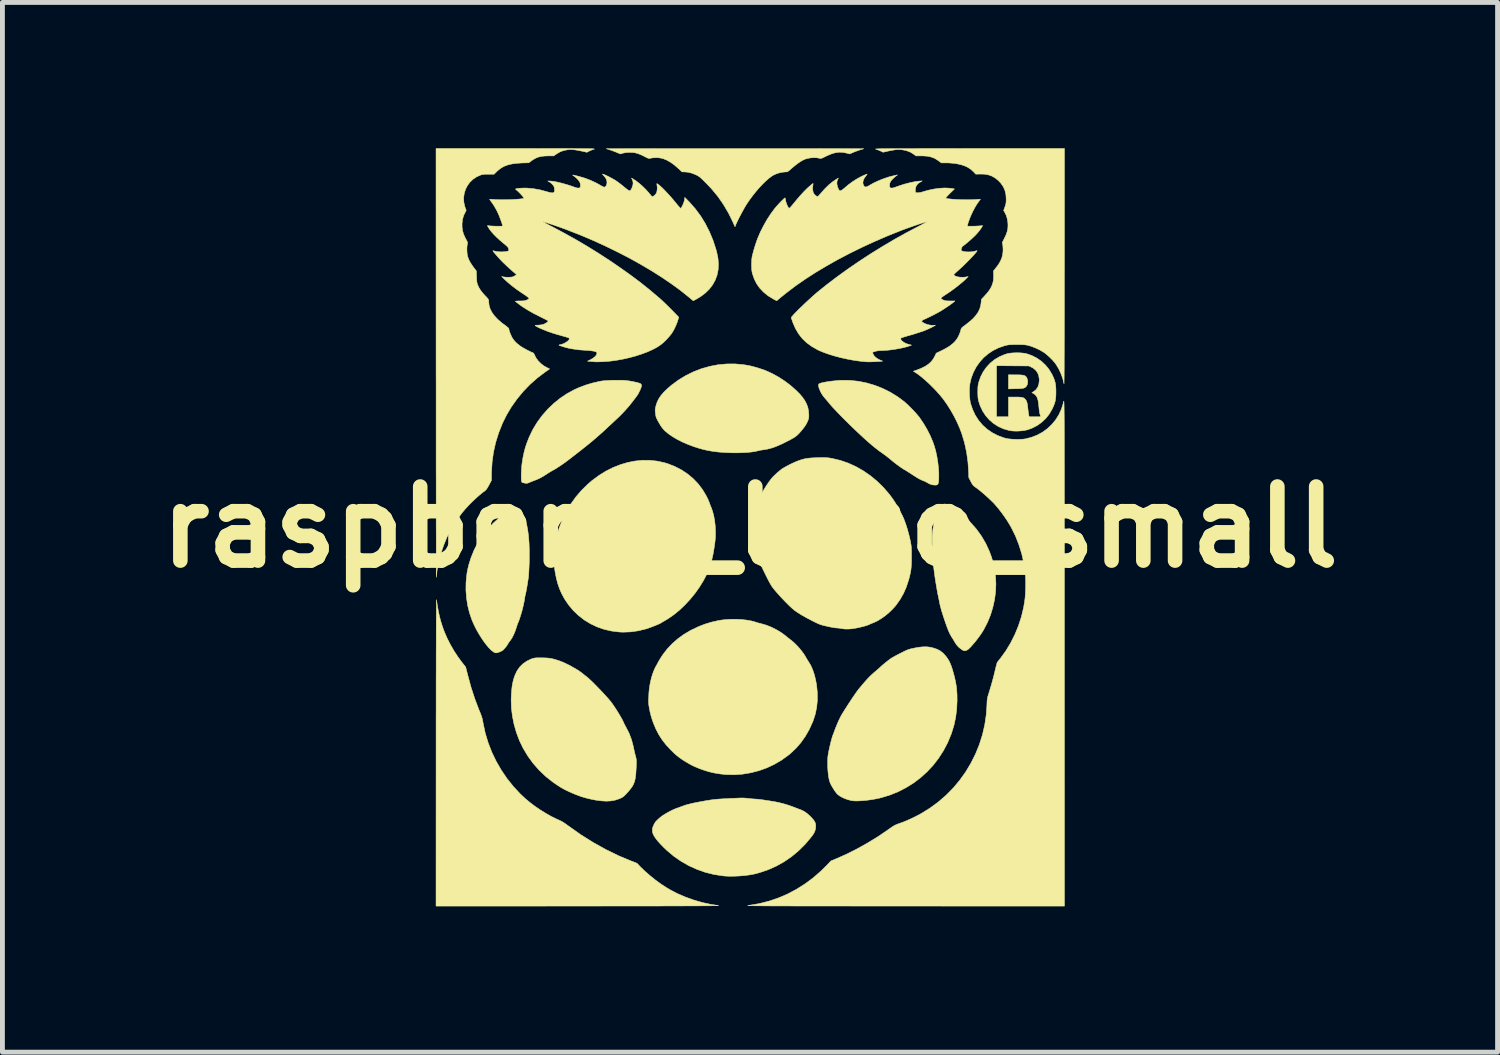
<source format=kicad_pcb>
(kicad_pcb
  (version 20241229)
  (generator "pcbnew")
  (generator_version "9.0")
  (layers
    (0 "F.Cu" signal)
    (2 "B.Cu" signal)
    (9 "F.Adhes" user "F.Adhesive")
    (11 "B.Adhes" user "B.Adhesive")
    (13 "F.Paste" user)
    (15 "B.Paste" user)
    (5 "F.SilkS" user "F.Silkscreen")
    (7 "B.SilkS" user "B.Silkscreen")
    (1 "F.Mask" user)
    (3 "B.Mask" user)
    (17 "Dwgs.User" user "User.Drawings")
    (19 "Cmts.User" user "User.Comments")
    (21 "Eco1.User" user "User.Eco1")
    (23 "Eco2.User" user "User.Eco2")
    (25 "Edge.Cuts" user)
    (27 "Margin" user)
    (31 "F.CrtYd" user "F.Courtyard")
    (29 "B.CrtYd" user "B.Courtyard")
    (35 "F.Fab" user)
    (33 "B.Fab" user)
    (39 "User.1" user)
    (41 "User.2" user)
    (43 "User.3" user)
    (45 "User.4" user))
  (footprint "raspberry_logo_small"
    (layer "F.Cu")
    (at 12.381 7.794)
    (property "Reference" "raspberry_logo_small" (at 0 0 0) (layer "F.SilkS") (effects (font (size 1.524 1.524) (thickness 0.3))))
    (attr through_hole)
    (fp_poly (pts (xy 5.463 -3.132) (xy 5.529 -3.132) (xy 5.58 -3.129) (xy 5.618 -3.125) (xy 5.647 -3.117) (xy 5.668 -3.105) (xy 5.683 -3.089) (xy 5.696 -3.067) (xy 5.699 -3.06) (xy 5.711 -3.019) (xy 5.713 -2.976) (xy 5.706 -2.935) (xy 5.691 -2.905) (xy 5.676 -2.886) (xy 5.66 -2.872) (xy 5.64 -2.862) (xy 5.613 -2.855) (xy 5.577 -2.851) (xy 5.53 -2.848) (xy 5.469 -2.846) (xy 5.467 -2.846) (xy 5.317 -2.843) (xy 5.317 -3.133) (xy 5.463 -3.132)) (stroke (width 0.01) (type solid)) (fill yes) (layer "F.SilkS"))
    (fp_poly (pts (xy -0.133 -3.341) (xy -0.042 -3.326) (xy 0.02 -3.313) (xy 0.091 -3.294) (xy 0.166 -3.273) (xy 0.239 -3.249) (xy 0.304 -3.227) (xy 0.33 -3.216) (xy 0.453 -3.16) (xy 0.577 -3.092) (xy 0.699 -3.014) (xy 0.814 -2.929) (xy 0.857 -2.894) (xy 0.946 -2.814) (xy 1.021 -2.74) (xy 1.082 -2.668) (xy 1.129 -2.599) (xy 1.165 -2.53) (xy 1.19 -2.46) (xy 1.204 -2.387) (xy 1.208 -2.337) (xy 1.21 -2.295) (xy 1.209 -2.264) (xy 1.206 -2.24) (xy 1.2 -2.216) (xy 1.191 -2.191) (xy 1.162 -2.128) (xy 1.12 -2.062) (xy 1.065 -1.992) (xy 1.004 -1.923) (xy 0.981 -1.9) (xy 0.959 -1.88) (xy 0.934 -1.861) (xy 0.906 -1.842) (xy 0.87 -1.821) (xy 0.824 -1.796) (xy 0.766 -1.766) (xy 0.758 -1.762) (xy 0.663 -1.714) (xy 0.578 -1.676) (xy 0.501 -1.645) (xy 0.429 -1.622) (xy 0.359 -1.604) (xy 0.288 -1.592) (xy 0.254 -1.587) (xy 0.217 -1.582) (xy 0.179 -1.573) (xy 0.165 -1.57) (xy 0.107 -1.556) (xy 0.034 -1.545) (xy -0.05 -1.536) (xy -0.144 -1.531) (xy -0.245 -1.528) (xy -0.351 -1.528) (xy -0.406 -1.529) (xy -0.535 -1.535) (xy -0.651 -1.544) (xy -0.757 -1.557) (xy -0.858 -1.574) (xy -0.957 -1.596) (xy -1.058 -1.624) (xy -1.146 -1.652) (xy -1.268 -1.697) (xy -1.384 -1.747) (xy -1.493 -1.801) (xy -1.591 -1.859) (xy -1.677 -1.918) (xy -1.749 -1.978) (xy -1.76 -1.989) (xy -1.796 -2.028) (xy -1.83 -2.074) (xy -1.864 -2.13) (xy -1.871 -2.142) (xy -1.896 -2.186) (xy -1.913 -2.219) (xy -1.926 -2.246) (xy -1.934 -2.27) (xy -1.94 -2.295) (xy -1.944 -2.327) (xy -1.947 -2.349) (xy -1.951 -2.382) (xy -1.951 -2.409) (xy -1.949 -2.435) (xy -1.942 -2.468) (xy -1.934 -2.501) (xy -1.911 -2.571) (xy -1.878 -2.639) (xy -1.833 -2.706) (xy -1.775 -2.774) (xy -1.704 -2.844) (xy -1.618 -2.918) (xy -1.617 -2.919) (xy -1.472 -3.026) (xy -1.32 -3.118) (xy -1.161 -3.196) (xy -0.996 -3.26) (xy -0.828 -3.307) (xy -0.656 -3.34) (xy -0.482 -3.356) (xy -0.308 -3.357) (xy -0.133 -3.341)) (stroke (width 0.01) (type solid)) (fill yes) (layer "F.SilkS"))
    (fp_poly (pts (xy -2.058 -1.373) (xy -1.908 -1.357) (xy -1.76 -1.324) (xy -1.693 -1.304) (xy -1.546 -1.246) (xy -1.41 -1.176) (xy -1.285 -1.093) (xy -1.171 -0.998) (xy -1.069 -0.892) (xy -0.979 -0.774) (xy -0.902 -0.645) (xy -0.864 -0.568) (xy -0.85 -0.534) (xy -0.838 -0.506) (xy -0.831 -0.488) (xy -0.83 -0.483) (xy -0.826 -0.471) (xy -0.818 -0.449) (xy -0.808 -0.426) (xy -0.776 -0.341) (xy -0.749 -0.245) (xy -0.729 -0.139) (xy -0.716 -0.028) (xy -0.711 0.086) (xy -0.71 0.11) (xy -0.711 0.162) (xy -0.712 0.209) (xy -0.716 0.255) (xy -0.721 0.303) (xy -0.728 0.359) (xy -0.738 0.426) (xy -0.74 0.44) (xy -0.763 0.571) (xy -0.79 0.69) (xy -0.823 0.799) (xy -0.862 0.903) (xy -0.909 1.007) (xy -0.956 1.097) (xy -1.037 1.23) (xy -1.129 1.36) (xy -1.23 1.484) (xy -1.339 1.601) (xy -1.452 1.709) (xy -1.569 1.804) (xy -1.687 1.886) (xy -1.744 1.92) (xy -1.777 1.939) (xy -1.806 1.956) (xy -1.826 1.968) (xy -1.833 1.973) (xy -1.848 1.981) (xy -1.875 1.994) (xy -1.912 2.01) (xy -1.955 2.028) (xy -2.002 2.046) (xy -2.05 2.064) (xy -2.094 2.08) (xy -2.133 2.093) (xy -2.151 2.098) (xy -2.306 2.135) (xy -2.463 2.157) (xy -2.619 2.162) (xy -2.698 2.158) (xy -2.854 2.138) (xy -3.004 2.103) (xy -3.148 2.053) (xy -3.284 1.988) (xy -3.412 1.91) (xy -3.53 1.818) (xy -3.639 1.714) (xy -3.736 1.597) (xy -3.822 1.469) (xy -3.83 1.454) (xy -3.879 1.362) (xy -3.92 1.267) (xy -3.955 1.166) (xy -3.984 1.057) (xy -4.008 0.937) (xy -4.026 0.817) (xy -4.03 0.779) (xy -4.031 0.728) (xy -4.032 0.668) (xy -4.03 0.604) (xy -4.028 0.539) (xy -4.024 0.477) (xy -4.02 0.424) (xy -4.017 0.405) (xy -3.985 0.224) (xy -3.937 0.046) (xy -3.872 -0.128) (xy -3.791 -0.299) (xy -3.695 -0.463) (xy -3.685 -0.478) (xy -3.584 -0.619) (xy -3.468 -0.754) (xy -3.341 -0.879) (xy -3.251 -0.957) (xy -3.112 -1.06) (xy -2.969 -1.149) (xy -2.821 -1.224) (xy -2.671 -1.283) (xy -2.518 -1.329) (xy -2.364 -1.359) (xy -2.211 -1.374) (xy -2.058 -1.373)) (stroke (width 0.01) (type solid)) (fill yes) (layer "F.SilkS"))
    (fp_poly (pts (xy 2.055 -3.018) (xy 2.227 -3) (xy 2.397 -2.966) (xy 2.565 -2.917) (xy 2.728 -2.853) (xy 2.885 -2.775) (xy 3.035 -2.683) (xy 3.171 -2.582) (xy 3.211 -2.547) (xy 3.258 -2.503) (xy 3.308 -2.453) (xy 3.359 -2.401) (xy 3.407 -2.349) (xy 3.448 -2.302) (xy 3.481 -2.262) (xy 3.486 -2.255) (xy 3.567 -2.136) (xy 3.641 -2.011) (xy 3.707 -1.882) (xy 3.761 -1.754) (xy 3.791 -1.668) (xy 3.82 -1.567) (xy 3.844 -1.456) (xy 3.863 -1.341) (xy 3.876 -1.226) (xy 3.884 -1.116) (xy 3.884 -1.016) (xy 3.884 -1.001) (xy 3.881 -0.95) (xy 3.876 -0.913) (xy 3.868 -0.888) (xy 3.856 -0.874) (xy 3.838 -0.866) (xy 3.812 -0.864) (xy 3.799 -0.864) (xy 3.744 -0.87) (xy 3.702 -0.885) (xy 3.672 -0.899) (xy 3.646 -0.914) (xy 3.634 -0.921) (xy 3.61 -0.935) (xy 3.582 -0.947) (xy 3.577 -0.948) (xy 3.535 -0.965) (xy 3.486 -0.989) (xy 3.428 -1.022) (xy 3.361 -1.064) (xy 3.332 -1.084) (xy 3.291 -1.111) (xy 3.253 -1.135) (xy 3.221 -1.155) (xy 3.199 -1.169) (xy 3.192 -1.173) (xy 3.159 -1.191) (xy 3.117 -1.219) (xy 3.068 -1.253) (xy 3.015 -1.292) (xy 2.962 -1.333) (xy 2.912 -1.374) (xy 2.906 -1.379) (xy 2.864 -1.414) (xy 2.819 -1.45) (xy 2.775 -1.483) (xy 2.739 -1.509) (xy 2.736 -1.511) (xy 2.681 -1.55) (xy 2.628 -1.589) (xy 2.573 -1.632) (xy 2.515 -1.68) (xy 2.451 -1.734) (xy 2.379 -1.798) (xy 2.341 -1.832) (xy 2.275 -1.893) (xy 2.205 -1.959) (xy 2.131 -2.029) (xy 2.057 -2.101) (xy 1.983 -2.174) (xy 1.91 -2.247) (xy 1.842 -2.316) (xy 1.779 -2.382) (xy 1.722 -2.442) (xy 1.674 -2.495) (xy 1.636 -2.539) (xy 1.62 -2.559) (xy 1.593 -2.592) (xy 1.561 -2.629) (xy 1.532 -2.663) (xy 1.531 -2.664) (xy 1.5 -2.703) (xy 1.472 -2.746) (xy 1.448 -2.791) (xy 1.429 -2.835) (xy 1.415 -2.876) (xy 1.409 -2.91) (xy 1.411 -2.935) (xy 1.418 -2.946) (xy 1.437 -2.956) (xy 1.471 -2.966) (xy 1.517 -2.977) (xy 1.573 -2.987) (xy 1.636 -2.997) (xy 1.703 -3.005) (xy 1.772 -3.012) (xy 1.841 -3.018) (xy 1.883 -3.02) (xy 2.055 -3.018)) (stroke (width 0.01) (type solid)) (fill yes) (layer "F.SilkS"))
    (fp_poly (pts (xy 4.08 -0.439) (xy 4.176 -0.385) (xy 4.278 -0.316) (xy 4.384 -0.233) (xy 4.417 -0.206) (xy 4.546 -0.085) (xy 4.661 0.046) (xy 4.763 0.188) (xy 4.851 0.339) (xy 4.925 0.5) (xy 4.966 0.611) (xy 5.003 0.736) (xy 5.031 0.871) (xy 5.051 1.017) (xy 5.059 1.172) (xy 5.052 1.332) (xy 5.031 1.493) (xy 4.995 1.654) (xy 4.947 1.811) (xy 4.885 1.962) (xy 4.811 2.105) (xy 4.782 2.154) (xy 4.748 2.206) (xy 4.708 2.261) (xy 4.666 2.317) (xy 4.622 2.372) (xy 4.579 2.422) (xy 4.54 2.466) (xy 4.505 2.501) (xy 4.479 2.523) (xy 4.455 2.536) (xy 4.428 2.544) (xy 4.41 2.545) (xy 4.393 2.541) (xy 4.371 2.529) (xy 4.346 2.513) (xy 4.295 2.473) (xy 4.254 2.428) (xy 4.216 2.372) (xy 4.208 2.358) (xy 4.189 2.325) (xy 4.168 2.291) (xy 4.154 2.27) (xy 4.13 2.23) (xy 4.105 2.183) (xy 4.08 2.127) (xy 4.054 2.059) (xy 4.025 1.978) (xy 4.016 1.952) (xy 3.986 1.863) (xy 3.962 1.788) (xy 3.942 1.724) (xy 3.926 1.667) (xy 3.913 1.616) (xy 3.902 1.569) (xy 3.895 1.53) (xy 3.887 1.489) (xy 3.879 1.451) (xy 3.873 1.421) (xy 3.87 1.407) (xy 3.864 1.38) (xy 3.856 1.34) (xy 3.847 1.288) (xy 3.837 1.228) (xy 3.826 1.164) (xy 3.815 1.097) (xy 3.805 1.03) (xy 3.796 0.967) (xy 3.789 0.911) (xy 3.785 0.881) (xy 3.779 0.832) (xy 3.773 0.788) (xy 3.768 0.753) (xy 3.764 0.729) (xy 3.762 0.72) (xy 3.76 0.705) (xy 3.758 0.676) (xy 3.756 0.635) (xy 3.754 0.585) (xy 3.752 0.528) (xy 3.751 0.467) (xy 3.749 0.404) (xy 3.749 0.342) (xy 3.748 0.283) (xy 3.748 0.23) (xy 3.749 0.186) (xy 3.75 0.152) (xy 3.751 0.14) (xy 3.757 0.089) (xy 3.764 0.032) (xy 3.774 -0.028) (xy 3.783 -0.088) (xy 3.794 -0.144) (xy 3.803 -0.192) (xy 3.812 -0.228) (xy 3.815 -0.239) (xy 3.832 -0.288) (xy 3.852 -0.336) (xy 3.871 -0.378) (xy 3.89 -0.41) (xy 3.901 -0.425) (xy 3.922 -0.442) (xy 3.951 -0.457) (xy 3.965 -0.462) (xy 4.007 -0.476) (xy 4.08 -0.439)) (stroke (width 0.01) (type solid)) (fill yes) (layer "F.SilkS"))
    (fp_poly (pts (xy -2.626 -3.02) (xy -2.573 -3.017) (xy -2.547 -3.014) (xy -2.496 -3.008) (xy -2.442 -2.999) (xy -2.389 -2.989) (xy -2.341 -2.978) (xy -2.3 -2.968) (xy -2.269 -2.958) (xy -2.252 -2.95) (xy -2.25 -2.949) (xy -2.238 -2.935) (xy -2.232 -2.919) (xy -2.233 -2.898) (xy -2.242 -2.869) (xy -2.258 -2.829) (xy -2.261 -2.82) (xy -2.303 -2.737) (xy -2.346 -2.674) (xy -2.376 -2.636) (xy -2.409 -2.593) (xy -2.44 -2.553) (xy -2.444 -2.548) (xy -2.488 -2.493) (xy -2.541 -2.432) (xy -2.598 -2.369) (xy -2.656 -2.309) (xy -2.71 -2.256) (xy -2.713 -2.253) (xy -2.739 -2.229) (xy -2.774 -2.196) (xy -2.817 -2.156) (xy -2.864 -2.112) (xy -2.913 -2.067) (xy -2.947 -2.035) (xy -3.012 -1.974) (xy -3.077 -1.916) (xy -3.142 -1.859) (xy -3.209 -1.801) (xy -3.28 -1.741) (xy -3.357 -1.679) (xy -3.442 -1.611) (xy -3.535 -1.538) (xy -3.639 -1.457) (xy -3.736 -1.382) (xy -3.787 -1.344) (xy -3.841 -1.305) (xy -3.896 -1.267) (xy -3.95 -1.232) (xy -3.997 -1.201) (xy -4.037 -1.178) (xy -4.053 -1.17) (xy -4.085 -1.152) (xy -4.123 -1.129) (xy -4.162 -1.105) (xy -4.172 -1.098) (xy -4.251 -1.047) (xy -4.323 -1.007) (xy -4.385 -0.978) (xy -4.4 -0.973) (xy -4.432 -0.961) (xy -4.472 -0.945) (xy -4.512 -0.929) (xy -4.518 -0.927) (xy -4.552 -0.912) (xy -4.576 -0.904) (xy -4.595 -0.9) (xy -4.614 -0.901) (xy -4.638 -0.905) (xy -4.648 -0.907) (xy -4.672 -0.913) (xy -4.69 -0.92) (xy -4.694 -0.923) (xy -4.7 -0.937) (xy -4.704 -0.966) (xy -4.706 -1.006) (xy -4.707 -1.055) (xy -4.706 -1.11) (xy -4.703 -1.168) (xy -4.699 -1.226) (xy -4.694 -1.282) (xy -4.691 -1.306) (xy -4.672 -1.427) (xy -4.649 -1.537) (xy -4.622 -1.64) (xy -4.587 -1.741) (xy -4.545 -1.847) (xy -4.542 -1.854) (xy -4.468 -2.008) (xy -4.379 -2.155) (xy -4.277 -2.294) (xy -4.163 -2.424) (xy -4.038 -2.544) (xy -3.904 -2.652) (xy -3.762 -2.747) (xy -3.613 -2.828) (xy -3.514 -2.872) (xy -3.38 -2.922) (xy -3.24 -2.964) (xy -3.101 -2.996) (xy -3.065 -3.003) (xy -3.022 -3.009) (xy -2.967 -3.013) (xy -2.902 -3.017) (xy -2.832 -3.02) (xy -2.76 -3.021) (xy -2.69 -3.021) (xy -2.626 -3.02)) (stroke (width 0.01) (type solid)) (fill yes) (layer "F.SilkS"))
    (fp_poly (pts (xy -4.785 -0.37) (xy -4.772 -0.362) (xy -4.754 -0.348) (xy -4.743 -0.338) (xy -4.743 -0.336) (xy -4.736 -0.326) (xy -4.721 -0.308) (xy -4.708 -0.293) (xy -4.678 -0.255) (xy -4.655 -0.22) (xy -4.636 -0.18) (xy -4.619 -0.131) (xy -4.592 -0.038) (xy -4.572 0.07) (xy -4.556 0.194) (xy -4.546 0.333) (xy -4.541 0.486) (xy -4.541 0.652) (xy -4.541 0.677) (xy -4.543 0.747) (xy -4.546 0.816) (xy -4.549 0.881) (xy -4.552 0.94) (xy -4.555 0.989) (xy -4.558 1.024) (xy -4.558 1.024) (xy -4.564 1.067) (xy -4.572 1.117) (xy -4.58 1.171) (xy -4.589 1.225) (xy -4.598 1.277) (xy -4.607 1.322) (xy -4.614 1.359) (xy -4.62 1.384) (xy -4.622 1.391) (xy -4.626 1.408) (xy -4.632 1.436) (xy -4.637 1.471) (xy -4.639 1.486) (xy -4.648 1.535) (xy -4.66 1.593) (xy -4.675 1.657) (xy -4.692 1.724) (xy -4.711 1.789) (xy -4.73 1.851) (xy -4.748 1.905) (xy -4.764 1.949) (xy -4.776 1.975) (xy -4.782 1.989) (xy -4.791 2.015) (xy -4.802 2.049) (xy -4.81 2.075) (xy -4.834 2.146) (xy -4.863 2.214) (xy -4.894 2.275) (xy -4.926 2.325) (xy -4.937 2.338) (xy -4.957 2.364) (xy -4.973 2.389) (xy -4.98 2.402) (xy -4.991 2.42) (xy -5.009 2.447) (xy -5.032 2.476) (xy -5.055 2.504) (xy -5.075 2.525) (xy -5.08 2.53) (xy -5.106 2.547) (xy -5.14 2.564) (xy -5.177 2.578) (xy -5.208 2.587) (xy -5.211 2.587) (xy -5.234 2.588) (xy -5.255 2.582) (xy -5.28 2.567) (xy -5.287 2.562) (xy -5.33 2.528) (xy -5.377 2.48) (xy -5.427 2.42) (xy -5.479 2.351) (xy -5.53 2.275) (xy -5.581 2.193) (xy -5.629 2.109) (xy -5.672 2.023) (xy -5.71 1.939) (xy -5.718 1.92) (xy -5.769 1.773) (xy -5.808 1.618) (xy -5.833 1.458) (xy -5.845 1.298) (xy -5.843 1.142) (xy -5.842 1.13) (xy -5.833 1.029) (xy -5.822 0.939) (xy -5.805 0.854) (xy -5.784 0.768) (xy -5.755 0.676) (xy -5.74 0.63) (xy -5.678 0.475) (xy -5.6 0.324) (xy -5.508 0.181) (xy -5.402 0.046) (xy -5.285 -0.08) (xy -5.156 -0.195) (xy -5.017 -0.297) (xy -5.003 -0.306) (xy -4.944 -0.343) (xy -4.894 -0.367) (xy -4.852 -0.379) (xy -4.817 -0.38) (xy -4.785 -0.37)) (stroke (width 0.01) (type solid)) (fill yes) (layer "F.SilkS"))
    (fp_poly (pts (xy -0.148 5.574) (xy -0.118 5.575) (xy -0.089 5.577) (xy -0.058 5.58) (xy -0.035 5.583) (xy 0.011 5.588) (xy 0.056 5.592) (xy 0.093 5.595) (xy 0.119 5.596) (xy 0.12 5.596) (xy 0.134 5.597) (xy 0.151 5.598) (xy 0.171 5.6) (xy 0.198 5.603) (xy 0.233 5.608) (xy 0.277 5.614) (xy 0.332 5.623) (xy 0.4 5.633) (xy 0.482 5.646) (xy 0.495 5.648) (xy 0.586 5.666) (xy 0.686 5.691) (xy 0.789 5.722) (xy 0.89 5.758) (xy 0.91 5.766) (xy 0.952 5.782) (xy 0.994 5.798) (xy 1.031 5.812) (xy 1.046 5.817) (xy 1.111 5.848) (xy 1.175 5.893) (xy 1.241 5.952) (xy 1.266 5.978) (xy 1.304 6.021) (xy 1.329 6.058) (xy 1.345 6.093) (xy 1.351 6.131) (xy 1.351 6.175) (xy 1.35 6.184) (xy 1.344 6.224) (xy 1.332 6.261) (xy 1.313 6.3) (xy 1.285 6.343) (xy 1.255 6.382) (xy 1.131 6.529) (xy 0.997 6.661) (xy 0.854 6.78) (xy 0.703 6.884) (xy 0.543 6.974) (xy 0.376 7.048) (xy 0.201 7.108) (xy 0.089 7.138) (xy -0.002 7.155) (xy -0.105 7.169) (xy -0.214 7.178) (xy -0.324 7.183) (xy -0.43 7.184) (xy -0.528 7.179) (xy -0.563 7.175) (xy -0.745 7.147) (xy -0.923 7.102) (xy -1.095 7.041) (xy -1.261 6.966) (xy -1.42 6.875) (xy -1.57 6.771) (xy -1.71 6.653) (xy -1.77 6.596) (xy -1.84 6.524) (xy -1.897 6.461) (xy -1.941 6.405) (xy -1.974 6.355) (xy -1.996 6.31) (xy -2.008 6.268) (xy -2.01 6.228) (xy -2.004 6.188) (xy -1.999 6.172) (xy -1.971 6.107) (xy -1.939 6.058) (xy -1.914 6.033) (xy -1.893 6.014) (xy -1.876 5.998) (xy -1.872 5.994) (xy -1.839 5.966) (xy -1.794 5.933) (xy -1.74 5.899) (xy -1.682 5.866) (xy -1.623 5.835) (xy -1.566 5.808) (xy -1.524 5.791) (xy -1.479 5.775) (xy -1.43 5.757) (xy -1.386 5.741) (xy -1.367 5.734) (xy -1.318 5.717) (xy -1.257 5.701) (xy -1.184 5.683) (xy -1.097 5.665) (xy -0.995 5.646) (xy -0.961 5.64) (xy -0.903 5.629) (xy -0.852 5.621) (xy -0.805 5.614) (xy -0.76 5.608) (xy -0.715 5.603) (xy -0.665 5.598) (xy -0.608 5.594) (xy -0.542 5.59) (xy -0.463 5.586) (xy -0.413 5.583) (xy -0.336 5.58) (xy -0.274 5.577) (xy -0.224 5.575) (xy -0.183 5.574) (xy -0.148 5.574)) (stroke (width 0.01) (type solid)) (fill yes) (layer "F.SilkS"))
    (fp_poly (pts (xy -6.432 1.62) (xy -6.412 1.732) (xy -6.39 1.834) (xy -6.365 1.93) (xy -6.336 2.023) (xy -6.303 2.118) (xy -6.286 2.161) (xy -6.231 2.288) (xy -6.164 2.42) (xy -6.088 2.551) (xy -6.005 2.677) (xy -5.919 2.793) (xy -5.9 2.817) (xy -5.851 2.877) (xy -5.808 3.045) (xy -5.74 3.295) (xy -5.662 3.535) (xy -5.576 3.762) (xy -5.561 3.797) (xy -5.539 3.852) (xy -5.523 3.897) (xy -5.51 3.94) (xy -5.5 3.986) (xy -5.491 4.036) (xy -5.448 4.238) (xy -5.388 4.436) (xy -5.313 4.63) (xy -5.223 4.817) (xy -5.119 4.998) (xy -5.002 5.171) (xy -4.871 5.335) (xy -4.728 5.489) (xy -4.621 5.589) (xy -4.53 5.665) (xy -4.428 5.742) (xy -4.32 5.816) (xy -4.209 5.885) (xy -4.099 5.948) (xy -3.994 6) (xy -3.952 6.019) (xy -3.909 6.039) (xy -3.87 6.058) (xy -3.832 6.081) (xy -3.79 6.11) (xy -3.74 6.146) (xy -3.732 6.152) (xy -3.482 6.329) (xy -3.225 6.49) (xy -2.963 6.636) (xy -2.695 6.766) (xy -2.468 6.861) (xy -2.324 6.918) (xy -2.261 6.985) (xy -2.167 7.076) (xy -2.061 7.169) (xy -1.948 7.26) (xy -1.831 7.345) (xy -1.714 7.421) (xy -1.647 7.461) (xy -1.494 7.541) (xy -1.331 7.611) (xy -1.162 7.672) (xy -0.991 7.722) (xy -0.822 7.76) (xy -0.657 7.785) (xy -0.652 7.785) (xy -0.646 7.786) (xy -0.646 7.787) (xy -0.653 7.788) (xy -0.667 7.789) (xy -0.688 7.79) (xy -0.718 7.79) (xy -0.757 7.791) (xy -0.804 7.792) (xy -0.861 7.792) (xy -0.927 7.793) (xy -1.004 7.793) (xy -1.091 7.794) (xy -1.19 7.794) (xy -1.3 7.794) (xy -1.422 7.795) (xy -1.556 7.795) (xy -1.703 7.795) (xy -1.864 7.796) (xy -2.038 7.796) (xy -2.227 7.796) (xy -2.43 7.796) (xy -2.648 7.796) (xy -2.881 7.796) (xy -3.131 7.797) (xy -3.396 7.797) (xy -3.507 7.797) (xy -6.46 7.798) (xy -6.459 4.621) (xy -6.459 4.39) (xy -6.459 4.164) (xy -6.459 3.944) (xy -6.458 3.729) (xy -6.458 3.52) (xy -6.458 3.319) (xy -6.458 3.124) (xy -6.457 2.938) (xy -6.457 2.761) (xy -6.457 2.592) (xy -6.456 2.433) (xy -6.456 2.285) (xy -6.456 2.148) (xy -6.455 2.022) (xy -6.455 1.908) (xy -6.454 1.806) (xy -6.454 1.718) (xy -6.453 1.644) (xy -6.453 1.583) (xy -6.452 1.538) (xy -6.452 1.509) (xy -6.451 1.495) (xy -6.451 1.494) (xy -6.432 1.62)) (stroke (width 0.01) (type solid)) (fill yes) (layer "F.SilkS"))
    (fp_poly (pts (xy 5.546 -3.585) (xy 5.613 -3.58) (xy 5.671 -3.571) (xy 5.694 -3.566) (xy 5.803 -3.527) (xy 5.905 -3.474) (xy 5.999 -3.408) (xy 6.082 -3.329) (xy 6.154 -3.24) (xy 6.213 -3.141) (xy 6.215 -3.137) (xy 6.244 -3.075) (xy 6.265 -3.021) (xy 6.279 -2.969) (xy 6.288 -2.915) (xy 6.293 -2.853) (xy 6.294 -2.781) (xy 6.293 -2.708) (xy 6.288 -2.646) (xy 6.279 -2.592) (xy 6.264 -2.54) (xy 6.243 -2.486) (xy 6.215 -2.426) (xy 6.156 -2.325) (xy 6.085 -2.235) (xy 6.001 -2.156) (xy 5.907 -2.089) (xy 5.804 -2.036) (xy 5.71 -2.002) (xy 5.642 -1.987) (xy 5.565 -1.978) (xy 5.484 -1.974) (xy 5.405 -1.977) (xy 5.334 -1.987) (xy 5.326 -1.989) (xy 5.212 -2.022) (xy 5.107 -2.07) (xy 5.01 -2.132) (xy 4.924 -2.206) (xy 4.868 -2.269) (xy 5.072 -2.269) (xy 5.317 -2.269) (xy 5.317 -2.675) (xy 5.446 -2.675) (xy 5.508 -2.675) (xy 5.555 -2.673) (xy 5.59 -2.669) (xy 5.617 -2.662) (xy 5.637 -2.653) (xy 5.654 -2.639) (xy 5.658 -2.635) (xy 5.677 -2.612) (xy 5.691 -2.583) (xy 5.702 -2.548) (xy 5.71 -2.501) (xy 5.715 -2.454) (xy 5.72 -2.41) (xy 5.725 -2.368) (xy 5.73 -2.332) (xy 5.733 -2.314) (xy 5.742 -2.269) (xy 5.984 -2.269) (xy 5.968 -2.312) (xy 5.959 -2.345) (xy 5.951 -2.393) (xy 5.945 -2.454) (xy 5.944 -2.466) (xy 5.936 -2.542) (xy 5.926 -2.604) (xy 5.912 -2.653) (xy 5.893 -2.692) (xy 5.868 -2.721) (xy 5.838 -2.745) (xy 5.822 -2.753) (xy 5.799 -2.765) (xy 5.841 -2.792) (xy 5.887 -2.83) (xy 5.921 -2.88) (xy 5.942 -2.94) (xy 5.951 -3.01) (xy 5.95 -3.052) (xy 5.938 -3.121) (xy 5.912 -3.182) (xy 5.871 -3.234) (xy 5.818 -3.275) (xy 5.789 -3.29) (xy 5.736 -3.315) (xy 5.404 -3.317) (xy 5.072 -3.32) (xy 5.072 -2.269) (xy 4.868 -2.269) (xy 4.849 -2.291) (xy 4.786 -2.387) (xy 4.736 -2.493) (xy 4.706 -2.582) (xy 4.698 -2.615) (xy 4.692 -2.646) (xy 4.689 -2.68) (xy 4.687 -2.721) (xy 4.686 -2.773) (xy 4.686 -2.781) (xy 4.687 -2.836) (xy 4.688 -2.878) (xy 4.692 -2.912) (xy 4.697 -2.943) (xy 4.705 -2.976) (xy 4.706 -2.98) (xy 4.745 -3.092) (xy 4.798 -3.196) (xy 4.865 -3.29) (xy 4.943 -3.374) (xy 5.032 -3.446) (xy 5.132 -3.505) (xy 5.24 -3.551) (xy 5.289 -3.566) (xy 5.341 -3.577) (xy 5.405 -3.583) (xy 5.475 -3.586) (xy 5.546 -3.585)) (stroke (width 0.01) (type solid)) (fill yes) (layer "F.SilkS"))
    (fp_poly (pts (xy -0.27 1.897) (xy -0.163 1.903) (xy -0.061 1.915) (xy 0.031 1.932) (xy 0.11 1.954) (xy 0.14 1.964) (xy 0.18 1.975) (xy 0.222 1.986) (xy 0.236 1.989) (xy 0.337 2.019) (xy 0.441 2.06) (xy 0.544 2.112) (xy 0.642 2.171) (xy 0.729 2.235) (xy 0.746 2.249) (xy 0.77 2.269) (xy 0.802 2.294) (xy 0.837 2.322) (xy 0.856 2.336) (xy 0.907 2.38) (xy 0.963 2.435) (xy 1.018 2.496) (xy 1.07 2.56) (xy 1.114 2.622) (xy 1.138 2.661) (xy 1.16 2.699) (xy 1.183 2.738) (xy 1.204 2.77) (xy 1.212 2.783) (xy 1.252 2.85) (xy 1.288 2.932) (xy 1.32 3.025) (xy 1.346 3.127) (xy 1.367 3.235) (xy 1.369 3.247) (xy 1.385 3.406) (xy 1.386 3.561) (xy 1.371 3.711) (xy 1.341 3.855) (xy 1.296 3.992) (xy 1.287 4.013) (xy 1.217 4.167) (xy 1.137 4.306) (xy 1.047 4.434) (xy 0.946 4.55) (xy 0.834 4.656) (xy 0.787 4.694) (xy 0.648 4.795) (xy 0.5 4.881) (xy 0.345 4.954) (xy 0.183 5.012) (xy 0.017 5.055) (xy -0.152 5.083) (xy -0.323 5.096) (xy -0.493 5.092) (xy -0.615 5.079) (xy -0.737 5.059) (xy -0.848 5.033) (xy -0.957 4.999) (xy -1.029 4.973) (xy -1.088 4.949) (xy -1.136 4.929) (xy -1.177 4.91) (xy -1.216 4.89) (xy -1.258 4.867) (xy -1.306 4.838) (xy -1.316 4.833) (xy -1.389 4.787) (xy -1.452 4.743) (xy -1.511 4.697) (xy -1.569 4.645) (xy -1.633 4.582) (xy -1.634 4.581) (xy -1.729 4.478) (xy -1.809 4.375) (xy -1.878 4.268) (xy -1.937 4.154) (xy -1.989 4.03) (xy -2.015 3.955) (xy -2.037 3.882) (xy -2.056 3.807) (xy -2.071 3.734) (xy -2.082 3.666) (xy -2.088 3.606) (xy -2.088 3.558) (xy -2.088 3.552) (xy -2.085 3.516) (xy -2.083 3.473) (xy -2.082 3.437) (xy -2.08 3.405) (xy -2.076 3.361) (xy -2.07 3.311) (xy -2.063 3.261) (xy -2.061 3.251) (xy -2.046 3.174) (xy -2.027 3.095) (xy -2.003 3.019) (xy -1.977 2.95) (xy -1.951 2.892) (xy -1.939 2.87) (xy -1.919 2.836) (xy -1.898 2.796) (xy -1.886 2.773) (xy -1.871 2.747) (xy -1.85 2.712) (xy -1.824 2.671) (xy -1.796 2.629) (xy -1.79 2.62) (xy -1.703 2.507) (xy -1.602 2.4) (xy -1.489 2.301) (xy -1.366 2.211) (xy -1.236 2.133) (xy -1.199 2.114) (xy -1.06 2.048) (xy -0.926 1.996) (xy -0.794 1.956) (xy -0.658 1.925) (xy -0.588 1.913) (xy -0.486 1.902) (xy -0.379 1.896) (xy -0.27 1.897)) (stroke (width 0.01) (type solid)) (fill yes) (layer "F.SilkS"))
    (fp_poly (pts (xy -4.299 2.69) (xy -4.282 2.69) (xy -4.214 2.692) (xy -4.157 2.695) (xy -4.106 2.702) (xy -4.056 2.712) (xy -4.003 2.726) (xy -3.941 2.746) (xy -3.912 2.756) (xy -3.862 2.775) (xy -3.804 2.801) (xy -3.74 2.832) (xy -3.675 2.867) (xy -3.61 2.903) (xy -3.551 2.938) (xy -3.5 2.972) (xy -3.46 3.001) (xy -3.454 3.006) (xy -3.422 3.032) (xy -3.386 3.061) (xy -3.361 3.079) (xy -3.336 3.1) (xy -3.301 3.132) (xy -3.258 3.172) (xy -3.21 3.219) (xy -3.159 3.271) (xy -3.106 3.326) (xy -3.053 3.381) (xy -3.002 3.436) (xy -2.955 3.487) (xy -2.914 3.533) (xy -2.88 3.573) (xy -2.877 3.577) (xy -2.845 3.618) (xy -2.81 3.668) (xy -2.772 3.724) (xy -2.734 3.783) (xy -2.698 3.842) (xy -2.664 3.899) (xy -2.636 3.949) (xy -2.614 3.991) (xy -2.605 4.013) (xy -2.593 4.039) (xy -2.576 4.073) (xy -2.557 4.108) (xy -2.553 4.115) (xy -2.488 4.242) (xy -2.437 4.377) (xy -2.404 4.503) (xy -2.393 4.555) (xy -2.381 4.61) (xy -2.369 4.661) (xy -2.358 4.702) (xy -2.357 4.707) (xy -2.348 4.74) (xy -2.343 4.766) (xy -2.339 4.792) (xy -2.338 4.82) (xy -2.338 4.856) (xy -2.34 4.904) (xy -2.34 4.919) (xy -2.345 5.01) (xy -2.35 5.086) (xy -2.358 5.15) (xy -2.368 5.205) (xy -2.382 5.251) (xy -2.399 5.293) (xy -2.42 5.332) (xy -2.446 5.37) (xy -2.451 5.377) (xy -2.482 5.415) (xy -2.517 5.456) (xy -2.551 5.494) (xy -2.563 5.505) (xy -2.594 5.535) (xy -2.62 5.555) (xy -2.648 5.571) (xy -2.684 5.587) (xy -2.699 5.593) (xy -2.779 5.619) (xy -2.864 5.634) (xy -2.957 5.639) (xy -3.058 5.633) (xy -3.17 5.618) (xy -3.2 5.613) (xy -3.301 5.592) (xy -3.391 5.569) (xy -3.478 5.543) (xy -3.568 5.51) (xy -3.641 5.48) (xy -3.736 5.438) (xy -3.822 5.396) (xy -3.902 5.35) (xy -3.984 5.297) (xy -4.06 5.244) (xy -4.206 5.128) (xy -4.339 5.001) (xy -4.46 4.864) (xy -4.568 4.716) (xy -4.665 4.555) (xy -4.674 4.538) (xy -4.747 4.386) (xy -4.807 4.225) (xy -4.855 4.058) (xy -4.889 3.888) (xy -4.91 3.717) (xy -4.915 3.548) (xy -4.911 3.446) (xy -4.904 3.358) (xy -4.896 3.284) (xy -4.885 3.219) (xy -4.872 3.159) (xy -4.855 3.101) (xy -4.836 3.048) (xy -4.795 2.96) (xy -4.74 2.881) (xy -4.673 2.814) (xy -4.594 2.759) (xy -4.506 2.716) (xy -4.483 2.708) (xy -4.459 2.701) (xy -4.438 2.696) (xy -4.415 2.692) (xy -4.386 2.69) (xy -4.349 2.69) (xy -4.299 2.69)) (stroke (width 0.01) (type solid)) (fill yes) (layer "F.SilkS"))
    (fp_poly (pts (xy 3.698 2.47) (xy 3.766 2.486) (xy 3.839 2.51) (xy 3.843 2.511) (xy 3.91 2.545) (xy 3.972 2.593) (xy 4.029 2.656) (xy 4.033 2.661) (xy 4.068 2.71) (xy 4.097 2.758) (xy 4.122 2.812) (xy 4.146 2.874) (xy 4.169 2.947) (xy 4.177 2.976) (xy 4.206 3.081) (xy 4.227 3.176) (xy 4.243 3.266) (xy 4.253 3.355) (xy 4.259 3.448) (xy 4.26 3.551) (xy 4.26 3.577) (xy 4.252 3.751) (xy 4.23 3.919) (xy 4.195 4.082) (xy 4.144 4.246) (xy 4.136 4.267) (xy 4.065 4.438) (xy 3.979 4.601) (xy 3.88 4.755) (xy 3.769 4.899) (xy 3.645 5.032) (xy 3.511 5.154) (xy 3.366 5.264) (xy 3.212 5.36) (xy 3.049 5.444) (xy 2.878 5.513) (xy 2.701 5.567) (xy 2.651 5.579) (xy 2.573 5.595) (xy 2.491 5.609) (xy 2.408 5.62) (xy 2.327 5.628) (xy 2.251 5.633) (xy 2.184 5.635) (xy 2.126 5.632) (xy 2.087 5.627) (xy 2.016 5.609) (xy 1.948 5.585) (xy 1.887 5.557) (xy 1.835 5.526) (xy 1.796 5.494) (xy 1.788 5.486) (xy 1.752 5.44) (xy 1.717 5.387) (xy 1.684 5.332) (xy 1.657 5.281) (xy 1.642 5.245) (xy 1.626 5.187) (xy 1.613 5.115) (xy 1.604 5.031) (xy 1.598 4.938) (xy 1.597 4.838) (xy 1.597 4.834) (xy 1.598 4.792) (xy 1.599 4.756) (xy 1.602 4.723) (xy 1.606 4.689) (xy 1.613 4.65) (xy 1.622 4.603) (xy 1.635 4.544) (xy 1.638 4.531) (xy 1.651 4.473) (xy 1.665 4.416) (xy 1.679 4.364) (xy 1.691 4.321) (xy 1.702 4.29) (xy 1.703 4.285) (xy 1.719 4.245) (xy 1.735 4.202) (xy 1.748 4.166) (xy 1.748 4.166) (xy 1.767 4.117) (xy 1.79 4.061) (xy 1.815 4.003) (xy 1.841 3.947) (xy 1.866 3.897) (xy 1.887 3.858) (xy 1.89 3.854) (xy 1.925 3.797) (xy 1.964 3.735) (xy 2.005 3.671) (xy 2.047 3.607) (xy 2.088 3.544) (xy 2.127 3.486) (xy 2.163 3.434) (xy 2.193 3.391) (xy 2.217 3.358) (xy 2.228 3.343) (xy 2.286 3.274) (xy 2.335 3.216) (xy 2.377 3.167) (xy 2.414 3.126) (xy 2.447 3.091) (xy 2.479 3.06) (xy 2.51 3.03) (xy 2.543 3.001) (xy 2.556 2.99) (xy 2.594 2.958) (xy 2.629 2.928) (xy 2.658 2.902) (xy 2.679 2.883) (xy 2.686 2.875) (xy 2.706 2.857) (xy 2.736 2.831) (xy 2.773 2.801) (xy 2.812 2.769) (xy 2.851 2.739) (xy 2.885 2.713) (xy 2.909 2.697) (xy 2.93 2.684) (xy 2.963 2.666) (xy 3.004 2.643) (xy 3.052 2.618) (xy 3.101 2.593) (xy 3.103 2.592) (xy 3.156 2.565) (xy 3.197 2.545) (xy 3.231 2.53) (xy 3.261 2.519) (xy 3.291 2.51) (xy 3.324 2.501) (xy 3.366 2.493) (xy 3.387 2.488) (xy 3.478 2.472) (xy 3.557 2.464) (xy 3.629 2.463) (xy 3.698 2.47)) (stroke (width 0.01) (type solid)) (fill yes) (layer "F.SilkS"))
    (fp_poly (pts (xy -0.098 -7.787) (xy 0.109 -7.787) (xy 0.31 -7.787) (xy 0.506 -7.787) (xy 0.696 -7.787) (xy 0.878 -7.787) (xy 1.053 -7.787) (xy 1.219 -7.787) (xy 1.377 -7.787) (xy 1.525 -7.786) (xy 1.662 -7.786) (xy 1.789 -7.786) (xy 1.905 -7.786) (xy 2.008 -7.785) (xy 2.099 -7.785) (xy 2.176 -7.785) (xy 2.239 -7.785) (xy 2.288 -7.784) (xy 2.321 -7.784) (xy 2.338 -7.784) (xy 2.341 -7.784) (xy 2.311 -7.775) (xy 2.27 -7.763) (xy 2.223 -7.747) (xy 2.176 -7.73) (xy 2.133 -7.713) (xy 2.119 -7.707) (xy 2.049 -7.677) (xy 1.996 -7.692) (xy 1.918 -7.708) (xy 1.842 -7.713) (xy 1.766 -7.704) (xy 1.687 -7.683) (xy 1.602 -7.648) (xy 1.572 -7.634) (xy 1.528 -7.612) (xy 1.496 -7.597) (xy 1.473 -7.588) (xy 1.457 -7.585) (xy 1.444 -7.585) (xy 1.438 -7.586) (xy 1.375 -7.598) (xy 1.304 -7.6) (xy 1.231 -7.594) (xy 1.16 -7.578) (xy 1.13 -7.568) (xy 1.086 -7.548) (xy 1.033 -7.517) (xy 0.976 -7.477) (xy 0.916 -7.431) (xy 0.857 -7.381) (xy 0.855 -7.38) (xy 0.822 -7.35) (xy 0.798 -7.33) (xy 0.78 -7.317) (xy 0.765 -7.31) (xy 0.75 -7.307) (xy 0.732 -7.307) (xy 0.728 -7.307) (xy 0.651 -7.299) (xy 0.57 -7.279) (xy 0.495 -7.248) (xy 0.443 -7.217) (xy 0.384 -7.172) (xy 0.32 -7.116) (xy 0.253 -7.05) (xy 0.184 -6.976) (xy 0.115 -6.895) (xy 0.048 -6.81) (xy -0.017 -6.722) (xy -0.077 -6.632) (xy -0.084 -6.62) (xy -0.108 -6.581) (xy -0.135 -6.532) (xy -0.166 -6.476) (xy -0.197 -6.418) (xy -0.227 -6.36) (xy -0.254 -6.305) (xy -0.276 -6.259) (xy -0.292 -6.223) (xy -0.293 -6.22) (xy -0.309 -6.178) (xy -0.35 -6.271) (xy -0.442 -6.459) (xy -0.545 -6.634) (xy -0.66 -6.8) (xy -0.789 -6.956) (xy -0.897 -7.07) (xy -0.943 -7.116) (xy -0.98 -7.152) (xy -1.009 -7.179) (xy -1.033 -7.2) (xy -1.055 -7.216) (xy -1.076 -7.229) (xy -1.099 -7.241) (xy -1.109 -7.246) (xy -1.195 -7.281) (xy -1.281 -7.301) (xy -1.349 -7.307) (xy -1.399 -7.307) (xy -1.462 -7.366) (xy -1.549 -7.443) (xy -1.631 -7.503) (xy -1.711 -7.549) (xy -1.788 -7.58) (xy -1.855 -7.595) (xy -1.909 -7.6) (xy -1.967 -7.599) (xy -2.022 -7.594) (xy -2.057 -7.586) (xy -2.071 -7.584) (xy -2.085 -7.585) (xy -2.105 -7.592) (xy -2.132 -7.604) (xy -2.17 -7.624) (xy -2.238 -7.657) (xy -2.297 -7.681) (xy -2.351 -7.697) (xy -2.406 -7.706) (xy -2.466 -7.708) (xy -2.472 -7.709) (xy -2.538 -7.706) (xy -2.592 -7.698) (xy -2.614 -7.693) (xy -2.667 -7.677) (xy -2.749 -7.711) (xy -2.802 -7.732) (xy -2.855 -7.751) (xy -2.904 -7.768) (xy -2.943 -7.78) (xy -2.959 -7.784) (xy -2.952 -7.784) (xy -2.929 -7.784) (xy -2.89 -7.784) (xy -2.836 -7.785) (xy -2.767 -7.785) (xy -2.685 -7.785) (xy -2.59 -7.786) (xy -2.482 -7.786) (xy -2.362 -7.786) (xy -2.232 -7.786) (xy -2.09 -7.786) (xy -1.939 -7.787) (xy -1.778 -7.787) (xy -1.608 -7.787) (xy -1.431 -7.787) (xy -1.246 -7.787) (xy -1.054 -7.787) (xy -0.856 -7.787) (xy -0.652 -7.787) (xy -0.444 -7.787) (xy -0.309 -7.787) (xy -0.098 -7.787)) (stroke (width 0.01) (type solid)) (fill yes) (layer "F.SilkS"))
    (fp_poly (pts (xy 1.553 -1.429) (xy 1.586 -1.427) (xy 1.618 -1.424) (xy 1.653 -1.418) (xy 1.695 -1.411) (xy 1.698 -1.41) (xy 1.862 -1.371) (xy 2.023 -1.315) (xy 2.179 -1.244) (xy 2.33 -1.158) (xy 2.475 -1.058) (xy 2.613 -0.944) (xy 2.742 -0.818) (xy 2.862 -0.68) (xy 2.924 -0.597) (xy 2.966 -0.536) (xy 3.01 -0.465) (xy 3.055 -0.387) (xy 3.097 -0.309) (xy 3.135 -0.234) (xy 3.163 -0.172) (xy 3.19 -0.1) (xy 3.219 -0.017) (xy 3.246 0.074) (xy 3.271 0.166) (xy 3.292 0.256) (xy 3.299 0.288) (xy 3.306 0.326) (xy 3.312 0.36) (xy 3.316 0.391) (xy 3.319 0.425) (xy 3.321 0.464) (xy 3.322 0.512) (xy 3.322 0.571) (xy 3.323 0.605) (xy 3.322 0.69) (xy 3.32 0.762) (xy 3.316 0.825) (xy 3.31 0.883) (xy 3.3 0.939) (xy 3.287 0.998) (xy 3.271 1.063) (xy 3.262 1.092) (xy 3.215 1.235) (xy 3.157 1.367) (xy 3.087 1.49) (xy 3.004 1.607) (xy 2.987 1.628) (xy 2.925 1.696) (xy 2.855 1.763) (xy 2.779 1.826) (xy 2.7 1.882) (xy 2.623 1.929) (xy 2.549 1.964) (xy 2.537 1.968) (xy 2.503 1.982) (xy 2.47 1.996) (xy 2.447 2.007) (xy 2.42 2.018) (xy 2.379 2.031) (xy 2.33 2.045) (xy 2.276 2.058) (xy 2.22 2.071) (xy 2.167 2.081) (xy 2.12 2.089) (xy 2.106 2.091) (xy 2.041 2.097) (xy 1.987 2.098) (xy 1.937 2.096) (xy 1.887 2.089) (xy 1.875 2.087) (xy 1.838 2.081) (xy 1.799 2.076) (xy 1.773 2.075) (xy 1.75 2.073) (xy 1.714 2.067) (xy 1.67 2.059) (xy 1.62 2.049) (xy 1.582 2.04) (xy 1.532 2.029) (xy 1.492 2.019) (xy 1.459 2.009) (xy 1.427 1.998) (xy 1.394 1.984) (xy 1.357 1.966) (xy 1.31 1.943) (xy 1.274 1.925) (xy 1.162 1.866) (xy 1.066 1.812) (xy 0.984 1.761) (xy 0.917 1.715) (xy 0.907 1.706) (xy 0.872 1.677) (xy 0.829 1.638) (xy 0.781 1.591) (xy 0.729 1.539) (xy 0.676 1.484) (xy 0.623 1.427) (xy 0.573 1.371) (xy 0.527 1.319) (xy 0.488 1.272) (xy 0.458 1.233) (xy 0.442 1.209) (xy 0.417 1.167) (xy 0.388 1.114) (xy 0.357 1.055) (xy 0.325 0.99) (xy 0.292 0.923) (xy 0.26 0.857) (xy 0.231 0.794) (xy 0.205 0.735) (xy 0.184 0.685) (xy 0.169 0.646) (xy 0.163 0.627) (xy 0.141 0.543) (xy 0.124 0.47) (xy 0.111 0.4) (xy 0.101 0.328) (xy 0.093 0.249) (xy 0.088 0.182) (xy 0.081 0.058) (xy 0.081 -0.054) (xy 0.087 -0.158) (xy 0.1 -0.257) (xy 0.12 -0.355) (xy 0.149 -0.457) (xy 0.162 -0.499) (xy 0.186 -0.569) (xy 0.212 -0.632) (xy 0.241 -0.693) (xy 0.276 -0.755) (xy 0.318 -0.824) (xy 0.353 -0.877) (xy 0.389 -0.93) (xy 0.42 -0.971) (xy 0.448 -1.007) (xy 0.478 -1.04) (xy 0.514 -1.074) (xy 0.529 -1.089) (xy 0.565 -1.122) (xy 0.602 -1.153) (xy 0.634 -1.179) (xy 0.659 -1.198) (xy 0.663 -1.201) (xy 0.728 -1.239) (xy 0.803 -1.279) (xy 0.881 -1.317) (xy 0.956 -1.35) (xy 0.974 -1.357) (xy 1.032 -1.378) (xy 1.087 -1.395) (xy 1.143 -1.408) (xy 1.204 -1.417) (xy 1.272 -1.423) (xy 1.351 -1.427) (xy 1.405 -1.429) (xy 1.466 -1.43) (xy 1.514 -1.43) (xy 1.553 -1.429)) (stroke (width 0.01) (type solid)) (fill yes) (layer "F.SilkS"))
    (fp_poly (pts (xy -4.811 -7.789) (xy -4.615 -7.789) (xy -4.435 -7.789) (xy -4.27 -7.788) (xy -4.121 -7.788) (xy -3.985 -7.788) (xy -3.864 -7.788) (xy -3.755 -7.788) (xy -3.658 -7.788) (xy -3.573 -7.787) (xy -3.498 -7.787) (xy -3.434 -7.786) (xy -3.38 -7.786) (xy -3.334 -7.785) (xy -3.296 -7.785) (xy -3.266 -7.784) (xy -3.242 -7.783) (xy -3.225 -7.782) (xy -3.213 -7.781) (xy -3.206 -7.78) (xy -3.203 -7.778) (xy -3.203 -7.777) (xy -3.207 -7.775) (xy -3.212 -7.774) (xy -3.213 -7.773) (xy -3.251 -7.761) (xy -3.29 -7.744) (xy -3.31 -7.735) (xy -3.356 -7.711) (xy -3.458 -7.734) (xy -3.534 -7.749) (xy -3.597 -7.76) (xy -3.65 -7.766) (xy -3.697 -7.767) (xy -3.74 -7.765) (xy -3.751 -7.763) (xy -3.832 -7.748) (xy -3.904 -7.722) (xy -3.973 -7.682) (xy -3.997 -7.666) (xy -4.037 -7.637) (xy -4.146 -7.637) (xy -4.228 -7.634) (xy -4.297 -7.626) (xy -4.358 -7.611) (xy -4.414 -7.588) (xy -4.47 -7.555) (xy -4.501 -7.533) (xy -4.552 -7.495) (xy -4.695 -7.491) (xy -4.804 -7.484) (xy -4.898 -7.471) (xy -4.98 -7.452) (xy -5.052 -7.426) (xy -5.116 -7.391) (xy -5.174 -7.348) (xy -5.204 -7.321) (xy -5.266 -7.26) (xy -5.378 -7.26) (xy -5.428 -7.26) (xy -5.465 -7.258) (xy -5.495 -7.255) (xy -5.521 -7.249) (xy -5.547 -7.241) (xy -5.629 -7.204) (xy -5.702 -7.154) (xy -5.765 -7.093) (xy -5.816 -7.023) (xy -5.855 -6.945) (xy -5.88 -6.862) (xy -5.892 -6.775) (xy -5.888 -6.686) (xy -5.876 -6.627) (xy -5.867 -6.592) (xy -5.857 -6.562) (xy -5.848 -6.541) (xy -5.848 -6.539) (xy -5.841 -6.524) (xy -5.842 -6.511) (xy -5.85 -6.494) (xy -5.859 -6.478) (xy -5.893 -6.408) (xy -5.915 -6.33) (xy -5.925 -6.244) (xy -5.924 -6.168) (xy -5.914 -6.097) (xy -5.894 -6.027) (xy -5.861 -5.954) (xy -5.836 -5.907) (xy -5.821 -5.879) (xy -5.813 -5.859) (xy -5.812 -5.843) (xy -5.815 -5.824) (xy -5.816 -5.82) (xy -5.822 -5.783) (xy -5.825 -5.736) (xy -5.824 -5.684) (xy -5.821 -5.633) (xy -5.815 -5.59) (xy -5.812 -5.575) (xy -5.792 -5.517) (xy -5.763 -5.457) (xy -5.722 -5.392) (xy -5.689 -5.345) (xy -5.63 -5.268) (xy -5.627 -5.155) (xy -5.625 -5.103) (xy -5.622 -5.063) (xy -5.618 -5.031) (xy -5.61 -5.004) (xy -5.606 -4.989) (xy -5.579 -4.93) (xy -5.543 -4.871) (xy -5.494 -4.809) (xy -5.448 -4.759) (xy -5.418 -4.728) (xy -5.398 -4.705) (xy -5.386 -4.689) (xy -5.379 -4.674) (xy -5.377 -4.66) (xy -5.376 -4.641) (xy -5.376 -4.64) (xy -5.369 -4.565) (xy -5.348 -4.492) (xy -5.312 -4.42) (xy -5.26 -4.348) (xy -5.193 -4.276) (xy -5.11 -4.203) (xy -5.014 -4.132) (xy -4.984 -4.108) (xy -4.966 -4.09) (xy -4.961 -4.079) (xy -4.958 -4.055) (xy -4.948 -4.021) (xy -4.933 -3.981) (xy -4.915 -3.94) (xy -4.897 -3.903) (xy -4.885 -3.883) (xy -4.845 -3.828) (xy -4.794 -3.777) (xy -4.731 -3.728) (xy -4.702 -3.708) (xy -4.667 -3.687) (xy -4.625 -3.663) (xy -4.58 -3.639) (xy -4.536 -3.617) (xy -4.498 -3.599) (xy -4.469 -3.588) (xy -4.466 -3.587) (xy -4.451 -3.575) (xy -4.438 -3.553) (xy -4.437 -3.55) (xy -4.406 -3.485) (xy -4.361 -3.423) (xy -4.305 -3.366) (xy -4.242 -3.317) (xy -4.19 -3.287) (xy -4.123 -3.254) (xy -4.214 -3.191) (xy -4.374 -3.07) (xy -4.525 -2.937) (xy -4.665 -2.792) (xy -4.793 -2.637) (xy -4.909 -2.474) (xy -5.01 -2.304) (xy -5.094 -2.134) (xy -5.171 -1.939) (xy -5.233 -1.741) (xy -5.278 -1.541) (xy -5.306 -1.34) (xy -5.318 -1.139) (xy -5.319 -1.119) (xy -5.32 -0.961) (xy -5.37 -0.866) (xy -5.4 -0.812) (xy -5.425 -0.775) (xy -5.445 -0.753) (xy -5.447 -0.752) (xy -5.51 -0.705) (xy -5.579 -0.647) (xy -5.652 -0.582) (xy -5.726 -0.512) (xy -5.796 -0.44) (xy -5.86 -0.37) (xy -5.912 -0.309) (xy -6.012 -0.178) (xy -6.098 -0.048) (xy -6.174 0.084) (xy -6.241 0.222) (xy -6.301 0.371) (xy -6.333 0.461) (xy -6.379 0.611) (xy -6.415 0.761) (xy -6.441 0.907) (xy -6.454 1.033) (xy -6.455 1.027) (xy -6.455 1.004) (xy -6.455 0.966) (xy -6.455 0.912) (xy -6.455 0.843) (xy -6.455 0.76) (xy -6.456 0.663) (xy -6.456 0.552) (xy -6.456 0.428) (xy -6.456 0.292) (xy -6.456 0.143) (xy -6.457 -0.017) (xy -6.457 -0.188) (xy -6.457 -0.369) (xy -6.457 -0.561) (xy -6.457 -0.762) (xy -6.457 -0.973) (xy -6.458 -1.192) (xy -6.458 -1.419) (xy -6.458 -1.653) (xy -6.458 -1.895) (xy -6.458 -2.144) (xy -6.458 -2.398) (xy -6.458 -2.658) (xy -6.458 -2.924) (xy -6.459 -3.194) (xy -6.459 -3.359) (xy -6.46 -7.789) (xy -4.811 -7.789)) (stroke (width 0.01) (type solid)) (fill yes) (layer "F.SilkS"))
    (fp_poly (pts (xy 6.468 -5.349) (xy 6.467 -5.147) (xy 6.467 -4.95) (xy 6.467 -4.759) (xy 6.467 -4.573) (xy 6.467 -4.394) (xy 6.466 -4.222) (xy 6.466 -4.058) (xy 6.466 -3.903) (xy 6.465 -3.757) (xy 6.465 -3.621) (xy 6.464 -3.495) (xy 6.464 -3.381) (xy 6.464 -3.279) (xy 6.463 -3.189) (xy 6.463 -3.112) (xy 6.462 -3.049) (xy 6.461 -3) (xy 6.461 -2.967) (xy 6.46 -2.949) (xy 6.46 -2.947) (xy 6.437 -3.046) (xy 6.401 -3.148) (xy 6.355 -3.248) (xy 6.302 -3.338) (xy 6.267 -3.385) (xy 6.222 -3.437) (xy 6.171 -3.489) (xy 6.118 -3.537) (xy 6.068 -3.578) (xy 6.047 -3.593) (xy 5.97 -3.639) (xy 5.885 -3.68) (xy 5.798 -3.715) (xy 5.743 -3.732) (xy 5.713 -3.74) (xy 5.687 -3.745) (xy 5.661 -3.749) (xy 5.631 -3.752) (xy 5.596 -3.753) (xy 5.55 -3.754) (xy 5.491 -3.754) (xy 5.431 -3.754) (xy 5.385 -3.753) (xy 5.35 -3.752) (xy 5.32 -3.749) (xy 5.294 -3.745) (xy 5.268 -3.739) (xy 5.239 -3.732) (xy 5.118 -3.69) (xy 5.004 -3.635) (xy 4.9 -3.566) (xy 4.806 -3.486) (xy 4.724 -3.394) (xy 4.653 -3.293) (xy 4.595 -3.182) (xy 4.551 -3.065) (xy 4.524 -2.951) (xy 4.518 -2.896) (xy 4.514 -2.832) (xy 4.514 -2.762) (xy 4.517 -2.692) (xy 4.523 -2.627) (xy 4.531 -2.571) (xy 4.536 -2.548) (xy 4.579 -2.42) (xy 4.634 -2.302) (xy 4.703 -2.195) (xy 4.784 -2.099) (xy 4.877 -2.015) (xy 4.981 -1.943) (xy 5.096 -1.883) (xy 5.221 -1.837) (xy 5.258 -1.827) (xy 5.306 -1.817) (xy 5.367 -1.81) (xy 5.435 -1.806) (xy 5.505 -1.804) (xy 5.573 -1.806) (xy 5.633 -1.81) (xy 5.666 -1.815) (xy 5.791 -1.847) (xy 5.909 -1.893) (xy 6.019 -1.953) (xy 6.119 -2.026) (xy 6.208 -2.11) (xy 6.287 -2.205) (xy 6.353 -2.31) (xy 6.405 -2.423) (xy 6.444 -2.544) (xy 6.451 -2.578) (xy 6.452 -2.583) (xy 6.453 -2.587) (xy 6.454 -2.59) (xy 6.455 -2.591) (xy 6.456 -2.59) (xy 6.457 -2.587) (xy 6.458 -2.581) (xy 6.459 -2.571) (xy 6.459 -2.558) (xy 6.46 -2.541) (xy 6.461 -2.52) (xy 6.461 -2.494) (xy 6.462 -2.462) (xy 6.462 -2.425) (xy 6.463 -2.383) (xy 6.463 -2.334) (xy 6.464 -2.278) (xy 6.464 -2.215) (xy 6.465 -2.144) (xy 6.465 -2.066) (xy 6.465 -1.98) (xy 6.466 -1.884) (xy 6.466 -1.78) (xy 6.466 -1.667) (xy 6.466 -1.543) (xy 6.466 -1.409) (xy 6.467 -1.265) (xy 6.467 -1.11) (xy 6.467 -0.943) (xy 6.467 -0.765) (xy 6.467 -0.575) (xy 6.467 -0.372) (xy 6.467 -0.156) (xy 6.468 0.073) (xy 6.468 0.316) (xy 6.468 0.573) (xy 6.468 0.844) (xy 6.468 1.131) (xy 6.468 1.432) (xy 6.468 1.749) (xy 6.468 2.082) (xy 6.468 2.432) (xy 6.468 2.572) (xy 6.469 7.798) (xy 3.164 7.797) (xy 2.883 7.797) (xy 2.618 7.797) (xy 2.37 7.797) (xy 2.136 7.797) (xy 1.918 7.796) (xy 1.714 7.796) (xy 1.525 7.796) (xy 1.349 7.796) (xy 1.186 7.796) (xy 1.035 7.796) (xy 0.897 7.796) (xy 0.771 7.795) (xy 0.656 7.795) (xy 0.551 7.795) (xy 0.457 7.795) (xy 0.373 7.794) (xy 0.298 7.794) (xy 0.232 7.793) (xy 0.174 7.793) (xy 0.124 7.793) (xy 0.082 7.792) (xy 0.046 7.791) (xy 0.017 7.791) (xy -0.006 7.79) (xy -0.023 7.789) (xy -0.036 7.789) (xy -0.043 7.788) (xy -0.047 7.787) (xy -0.047 7.786) (xy -0.044 7.785) (xy -0.039 7.784) (xy -0.031 7.782) (xy -0.021 7.781) (xy -0.017 7.781) (xy 0.187 7.747) (xy 0.386 7.697) (xy 0.581 7.631) (xy 0.771 7.55) (xy 0.954 7.453) (xy 1.13 7.342) (xy 1.299 7.217) (xy 1.459 7.077) (xy 1.563 6.975) (xy 1.664 6.869) (xy 1.791 6.816) (xy 2.001 6.722) (xy 2.214 6.614) (xy 2.426 6.495) (xy 2.633 6.368) (xy 2.832 6.233) (xy 2.843 6.225) (xy 2.891 6.191) (xy 2.929 6.165) (xy 2.96 6.146) (xy 2.988 6.131) (xy 3.015 6.119) (xy 3.045 6.107) (xy 3.069 6.099) (xy 3.16 6.066) (xy 3.259 6.024) (xy 3.361 5.977) (xy 3.46 5.927) (xy 3.524 5.892) (xy 3.704 5.78) (xy 3.874 5.655) (xy 4.033 5.518) (xy 4.18 5.369) (xy 4.314 5.209) (xy 4.436 5.038) (xy 4.544 4.858) (xy 4.639 4.669) (xy 4.719 4.472) (xy 4.72 4.468) (xy 4.783 4.269) (xy 4.829 4.069) (xy 4.859 3.867) (xy 4.873 3.679) (xy 4.875 3.623) (xy 4.877 3.581) (xy 4.88 3.547) (xy 4.885 3.518) (xy 4.891 3.491) (xy 4.9 3.46) (xy 4.911 3.425) (xy 4.963 3.254) (xy 5.01 3.083) (xy 5.046 2.935) (xy 5.057 2.888) (xy 5.068 2.846) (xy 5.077 2.813) (xy 5.083 2.79) (xy 5.087 2.783) (xy 5.095 2.773) (xy 5.111 2.752) (xy 5.133 2.724) (xy 5.158 2.692) (xy 5.159 2.691) (xy 5.267 2.541) (xy 5.364 2.379) (xy 5.45 2.208) (xy 5.523 2.03) (xy 5.583 1.846) (xy 5.628 1.658) (xy 5.648 1.542) (xy 5.659 1.456) (xy 5.666 1.358) (xy 5.67 1.254) (xy 5.671 1.149) (xy 5.669 1.047) (xy 5.663 0.955) (xy 5.66 0.931) (xy 5.633 0.739) (xy 5.59 0.549) (xy 5.532 0.364) (xy 5.462 0.185) (xy 5.378 0.014) (xy 5.333 -0.064) (xy 5.282 -0.146) (xy 5.223 -0.232) (xy 5.161 -0.316) (xy 5.098 -0.396) (xy 5.037 -0.467) (xy 5.012 -0.495) (xy 4.968 -0.538) (xy 4.917 -0.587) (xy 4.861 -0.638) (xy 4.803 -0.689) (xy 4.746 -0.737) (xy 4.694 -0.779) (xy 4.65 -0.812) (xy 4.644 -0.816) (xy 4.616 -0.836) (xy 4.596 -0.853) (xy 4.579 -0.873) (xy 4.563 -0.899) (xy 4.543 -0.936) (xy 4.543 -0.937) (xy 4.501 -1.017) (xy 4.498 -1.116) (xy 4.484 -1.331) (xy 4.456 -1.537) (xy 4.413 -1.735) (xy 4.356 -1.924) (xy 4.312 -2.04) (xy 4.257 -2.164) (xy 4.194 -2.289) (xy 4.124 -2.412) (xy 4.051 -2.527) (xy 3.977 -2.631) (xy 3.957 -2.656) (xy 3.895 -2.731) (xy 3.825 -2.809) (xy 3.75 -2.886) (xy 3.673 -2.961) (xy 3.597 -3.03) (xy 3.523 -3.093) (xy 3.455 -3.145) (xy 3.414 -3.173) (xy 3.361 -3.207) (xy 3.418 -3.226) (xy 3.517 -3.264) (xy 3.6 -3.305) (xy 3.67 -3.351) (xy 3.727 -3.403) (xy 3.773 -3.463) (xy 3.807 -3.526) (xy 3.831 -3.578) (xy 3.928 -3.624) (xy 4.023 -3.673) (xy 4.103 -3.721) (xy 4.169 -3.772) (xy 4.222 -3.824) (xy 4.264 -3.881) (xy 4.291 -3.93) (xy 4.308 -3.968) (xy 4.323 -4.008) (xy 4.334 -4.041) (xy 4.335 -4.048) (xy 4.34 -4.068) (xy 4.346 -4.084) (xy 4.355 -4.097) (xy 4.37 -4.112) (xy 4.394 -4.131) (xy 4.429 -4.157) (xy 4.516 -4.225) (xy 4.589 -4.29) (xy 4.646 -4.354) (xy 4.691 -4.417) (xy 4.723 -4.482) (xy 4.744 -4.549) (xy 4.755 -4.62) (xy 4.755 -4.622) (xy 4.761 -4.686) (xy 4.817 -4.746) (xy 4.879 -4.815) (xy 4.928 -4.879) (xy 4.964 -4.94) (xy 4.989 -5.002) (xy 5.005 -5.066) (xy 5.011 -5.135) (xy 5.011 -5.186) (xy 5.009 -5.271) (xy 5.056 -5.329) (xy 5.111 -5.402) (xy 5.151 -5.47) (xy 5.18 -5.537) (xy 5.197 -5.604) (xy 5.205 -5.669) (xy 5.206 -5.712) (xy 5.204 -5.757) (xy 5.201 -5.794) (xy 5.2 -5.801) (xy 5.19 -5.856) (xy 5.236 -5.946) (xy 5.269 -6.017) (xy 5.291 -6.081) (xy 5.304 -6.143) (xy 5.307 -6.207) (xy 5.306 -6.248) (xy 5.295 -6.332) (xy 5.274 -6.407) (xy 5.242 -6.472) (xy 5.218 -6.513) (xy 5.244 -6.586) (xy 5.256 -6.622) (xy 5.264 -6.652) (xy 5.268 -6.683) (xy 5.27 -6.72) (xy 5.27 -6.752) (xy 5.264 -6.844) (xy 5.244 -6.927) (xy 5.21 -7.003) (xy 5.161 -7.074) (xy 5.11 -7.128) (xy 5.044 -7.182) (xy 4.976 -7.221) (xy 4.902 -7.247) (xy 4.821 -7.261) (xy 4.741 -7.263) (xy 4.644 -7.261) (xy 4.596 -7.312) (xy 4.539 -7.363) (xy 4.474 -7.405) (xy 4.399 -7.438) (xy 4.313 -7.463) (xy 4.223 -7.48) (xy 4.175 -7.485) (xy 4.118 -7.49) (xy 4.062 -7.493) (xy 4.034 -7.493) (xy 3.935 -7.493) (xy 3.885 -7.531) (xy 3.828 -7.569) (xy 3.771 -7.598) (xy 3.71 -7.618) (xy 3.643 -7.631) (xy 3.565 -7.636) (xy 3.524 -7.637) (xy 3.412 -7.637) (xy 3.372 -7.668) (xy 3.298 -7.714) (xy 3.215 -7.746) (xy 3.126 -7.763) (xy 3.065 -7.766) (xy 3.033 -7.766) (xy 3.003 -7.764) (xy 2.972 -7.76) (xy 2.936 -7.754) (xy 2.892 -7.746) (xy 2.835 -7.734) (xy 2.815 -7.729) (xy 2.738 -7.712) (xy 2.681 -7.739) (xy 2.646 -7.754) (xy 2.61 -7.768) (xy 2.584 -7.777) (xy 2.582 -7.778) (xy 2.585 -7.779) (xy 2.594 -7.78) (xy 2.61 -7.781) (xy 2.633 -7.782) (xy 2.663 -7.783) (xy 2.702 -7.784) (xy 2.749 -7.784) (xy 2.806 -7.785) (xy 2.872 -7.786) (xy 2.95 -7.786) (xy 3.038 -7.786) (xy 3.137 -7.787) (xy 3.249 -7.787) (xy 3.374 -7.787) (xy 3.512 -7.788) (xy 3.664 -7.788) (xy 3.83 -7.788) (xy 4.012 -7.788) (xy 4.208 -7.788) (xy 4.421 -7.789) (xy 4.506 -7.789) (xy 6.469 -7.789) (xy 6.468 -5.349)) (stroke (width 0.01) (type solid)) (fill yes) (layer "F.SilkS"))
    (fp_poly (pts (xy -3.023 -7.261) (xy -2.996 -7.251) (xy -2.958 -7.234) (xy -2.914 -7.213) (xy -2.867 -7.188) (xy -2.821 -7.163) (xy -2.78 -7.139) (xy -2.757 -7.125) (xy -2.721 -7.099) (xy -2.678 -7.067) (xy -2.634 -7.033) (xy -2.604 -7.008) (xy -2.56 -6.972) (xy -2.528 -6.947) (xy -2.504 -6.93) (xy -2.486 -6.921) (xy -2.474 -6.919) (xy -2.468 -6.92) (xy -2.455 -6.932) (xy -2.441 -6.956) (xy -2.426 -6.987) (xy -2.415 -7.02) (xy -2.408 -7.051) (xy -2.407 -7.057) (xy -2.407 -7.094) (xy -2.415 -7.129) (xy -2.42 -7.141) (xy -2.438 -7.181) (xy -2.407 -7.163) (xy -2.342 -7.12) (xy -2.274 -7.067) (xy -2.204 -7.005) (xy -2.138 -6.939) (xy -2.079 -6.872) (xy -2.062 -6.852) (xy -2.042 -6.827) (xy -2.024 -6.808) (xy -2.012 -6.799) (xy -2.011 -6.799) (xy -1.992 -6.805) (xy -1.968 -6.822) (xy -1.945 -6.845) (xy -1.928 -6.869) (xy -1.927 -6.871) (xy -1.916 -6.904) (xy -1.91 -6.947) (xy -1.909 -6.994) (xy -1.915 -7.038) (xy -1.915 -7.042) (xy -1.919 -7.06) (xy -1.916 -7.066) (xy -1.907 -7.062) (xy -1.879 -7.044) (xy -1.843 -7.013) (xy -1.8 -6.973) (xy -1.751 -6.923) (xy -1.698 -6.867) (xy -1.642 -6.806) (xy -1.585 -6.74) (xy -1.529 -6.673) (xy -1.522 -6.663) (xy -1.492 -6.627) (xy -1.466 -6.597) (xy -1.445 -6.574) (xy -1.431 -6.56) (xy -1.427 -6.557) (xy -1.418 -6.565) (xy -1.405 -6.585) (xy -1.39 -6.613) (xy -1.375 -6.647) (xy -1.362 -6.681) (xy -1.352 -6.713) (xy -1.348 -6.734) (xy -1.342 -6.783) (xy -1.248 -6.687) (xy -1.129 -6.552) (xy -1.019 -6.405) (xy -0.921 -6.246) (xy -0.835 -6.077) (xy -0.761 -5.899) (xy -0.7 -5.712) (xy -0.685 -5.656) (xy -0.659 -5.53) (xy -0.65 -5.408) (xy -0.656 -5.293) (xy -0.678 -5.184) (xy -0.716 -5.081) (xy -0.769 -4.985) (xy -0.837 -4.896) (xy -0.92 -4.815) (xy -1.018 -4.741) (xy -1.102 -4.691) (xy -1.168 -4.656) (xy -1.268 -4.739) (xy -1.437 -4.874) (xy -1.623 -5.009) (xy -1.822 -5.144) (xy -2.034 -5.278) (xy -2.257 -5.409) (xy -2.489 -5.538) (xy -2.73 -5.662) (xy -2.978 -5.783) (xy -3.23 -5.898) (xy -3.487 -6.007) (xy -3.746 -6.108) (xy -3.763 -6.115) (xy -3.823 -6.137) (xy -3.886 -6.16) (xy -3.95 -6.183) (xy -4.014 -6.205) (xy -4.075 -6.226) (xy -4.13 -6.244) (xy -4.179 -6.26) (xy -4.218 -6.272) (xy -4.245 -6.28) (xy -4.258 -6.282) (xy -4.254 -6.278) (xy -4.237 -6.268) (xy -4.209 -6.252) (xy -4.17 -6.231) (xy -4.123 -6.206) (xy -4.071 -6.179) (xy -4.06 -6.174) (xy -3.825 -6.049) (xy -3.588 -5.917) (xy -3.352 -5.778) (xy -3.119 -5.634) (xy -2.891 -5.486) (xy -2.669 -5.334) (xy -2.455 -5.182) (xy -2.251 -5.029) (xy -2.06 -4.876) (xy -1.883 -4.726) (xy -1.841 -4.69) (xy -1.803 -4.655) (xy -1.758 -4.612) (xy -1.707 -4.563) (xy -1.657 -4.513) (xy -1.609 -4.465) (xy -1.603 -4.459) (xy -1.466 -4.318) (xy -1.479 -4.273) (xy -1.501 -4.206) (xy -1.531 -4.134) (xy -1.564 -4.065) (xy -1.59 -4.019) (xy -1.625 -3.967) (xy -1.671 -3.911) (xy -1.723 -3.854) (xy -1.777 -3.801) (xy -1.83 -3.757) (xy -1.838 -3.751) (xy -1.916 -3.699) (xy -2.009 -3.65) (xy -2.114 -3.603) (xy -2.23 -3.56) (xy -2.353 -3.52) (xy -2.483 -3.485) (xy -2.616 -3.455) (xy -2.75 -3.431) (xy -2.884 -3.413) (xy -3.015 -3.403) (xy -3.056 -3.401) (xy -3.1 -3.4) (xy -3.14 -3.399) (xy -3.172 -3.399) (xy -3.192 -3.4) (xy -3.216 -3.403) (xy -3.249 -3.406) (xy -3.283 -3.408) (xy -3.344 -3.413) (xy -3.277 -3.447) (xy -3.229 -3.475) (xy -3.191 -3.505) (xy -3.164 -3.536) (xy -3.151 -3.566) (xy -3.152 -3.592) (xy -3.152 -3.592) (xy -3.164 -3.603) (xy -3.192 -3.614) (xy -3.232 -3.622) (xy -3.283 -3.629) (xy -3.343 -3.635) (xy -3.374 -3.636) (xy -3.525 -3.647) (xy -3.67 -3.668) (xy -3.721 -3.678) (xy -3.756 -3.686) (xy -3.795 -3.696) (xy -3.836 -3.708) (xy -3.873 -3.72) (xy -3.904 -3.73) (xy -3.925 -3.738) (xy -3.931 -3.742) (xy -3.928 -3.747) (xy -3.912 -3.752) (xy -3.9 -3.754) (xy -3.862 -3.764) (xy -3.823 -3.78) (xy -3.785 -3.801) (xy -3.753 -3.824) (xy -3.729 -3.847) (xy -3.718 -3.868) (xy -3.717 -3.874) (xy -3.719 -3.882) (xy -3.727 -3.89) (xy -3.744 -3.898) (xy -3.772 -3.907) (xy -3.813 -3.919) (xy -3.831 -3.924) (xy -3.952 -3.958) (xy -4.064 -3.992) (xy -4.165 -4.027) (xy -4.254 -4.062) (xy -4.329 -4.095) (xy -4.338 -4.099) (xy -4.38 -4.12) (xy -4.407 -4.135) (xy -4.42 -4.144) (xy -4.42 -4.15) (xy -4.407 -4.153) (xy -4.383 -4.154) (xy -4.368 -4.154) (xy -4.328 -4.157) (xy -4.288 -4.162) (xy -4.256 -4.17) (xy -4.227 -4.181) (xy -4.199 -4.197) (xy -4.175 -4.213) (xy -4.158 -4.229) (xy -4.153 -4.241) (xy -4.153 -4.243) (xy -4.162 -4.249) (xy -4.184 -4.26) (xy -4.216 -4.277) (xy -4.256 -4.297) (xy -4.302 -4.32) (xy -4.306 -4.322) (xy -4.445 -4.392) (xy -4.569 -4.462) (xy -4.678 -4.531) (xy -4.739 -4.575) (xy -4.772 -4.6) (xy -4.799 -4.621) (xy -4.819 -4.637) (xy -4.828 -4.645) (xy -4.828 -4.645) (xy -4.822 -4.648) (xy -4.802 -4.65) (xy -4.772 -4.652) (xy -4.734 -4.652) (xy -4.689 -4.653) (xy -4.656 -4.655) (xy -4.632 -4.658) (xy -4.61 -4.665) (xy -4.591 -4.673) (xy -4.567 -4.685) (xy -4.551 -4.695) (xy -4.547 -4.701) (xy -4.552 -4.712) (xy -4.57 -4.73) (xy -4.601 -4.754) (xy -4.646 -4.785) (xy -4.696 -4.818) (xy -4.798 -4.888) (xy -4.898 -4.964) (xy -4.99 -5.041) (xy -5.042 -5.089) (xy -5.11 -5.155) (xy -5.071 -5.147) (xy -5.032 -5.142) (xy -4.986 -5.14) (xy -4.941 -5.141) (xy -4.902 -5.144) (xy -4.883 -5.148) (xy -4.855 -5.16) (xy -4.83 -5.176) (xy -4.828 -5.177) (xy -4.805 -5.197) (xy -4.835 -5.221) (xy -4.885 -5.264) (xy -4.942 -5.315) (xy -5.001 -5.369) (xy -5.056 -5.421) (xy -5.093 -5.457) (xy -5.126 -5.491) (xy -5.16 -5.527) (xy -5.193 -5.564) (xy -5.224 -5.6) (xy -5.252 -5.632) (xy -5.273 -5.658) (xy -5.287 -5.677) (xy -5.29 -5.685) (xy -5.29 -5.685) (xy -5.281 -5.685) (xy -5.261 -5.68) (xy -5.245 -5.676) (xy -5.212 -5.668) (xy -5.172 -5.664) (xy -5.128 -5.662) (xy -5.084 -5.663) (xy -5.042 -5.666) (xy -5.006 -5.671) (xy -4.978 -5.678) (xy -4.963 -5.687) (xy -4.962 -5.693) (xy -4.964 -5.707) (xy -4.969 -5.729) (xy -4.97 -5.733) (xy -4.976 -5.748) (xy -4.987 -5.764) (xy -5.006 -5.783) (xy -5.034 -5.808) (xy -5.074 -5.84) (xy -5.147 -5.902) (xy -5.215 -5.964) (xy -5.276 -6.026) (xy -5.326 -6.083) (xy -5.36 -6.128) (xy -5.383 -6.164) (xy -5.397 -6.188) (xy -5.401 -6.201) (xy -5.396 -6.204) (xy -5.387 -6.201) (xy -5.373 -6.199) (xy -5.347 -6.196) (xy -5.312 -6.194) (xy -5.271 -6.192) (xy -5.227 -6.191) (xy -5.185 -6.19) (xy -5.146 -6.191) (xy -5.115 -6.191) (xy -5.095 -6.193) (xy -5.088 -6.195) (xy -5.091 -6.206) (xy -5.098 -6.229) (xy -5.108 -6.261) (xy -5.117 -6.287) (xy -5.164 -6.412) (xy -5.215 -6.522) (xy -5.273 -6.621) (xy -5.318 -6.686) (xy -5.337 -6.711) (xy -5.351 -6.732) (xy -5.357 -6.743) (xy -5.358 -6.744) (xy -5.349 -6.745) (xy -5.326 -6.744) (xy -5.292 -6.742) (xy -5.252 -6.739) (xy -5.236 -6.738) (xy -5.189 -6.736) (xy -5.132 -6.734) (xy -5.07 -6.734) (xy -5.004 -6.735) (xy -4.937 -6.737) (xy -4.871 -6.74) (xy -4.81 -6.744) (xy -4.754 -6.748) (xy -4.708 -6.753) (xy -4.673 -6.758) (xy -4.653 -6.763) (xy -4.651 -6.764) (xy -4.652 -6.772) (xy -4.664 -6.788) (xy -4.683 -6.812) (xy -4.707 -6.839) (xy -4.733 -6.867) (xy -4.761 -6.895) (xy -4.786 -6.918) (xy -4.804 -6.933) (xy -4.819 -6.946) (xy -4.825 -6.954) (xy -4.825 -6.955) (xy -4.811 -6.961) (xy -4.784 -6.966) (xy -4.746 -6.97) (xy -4.702 -6.973) (xy -4.655 -6.975) (xy -4.607 -6.975) (xy -4.585 -6.974) (xy -4.454 -6.962) (xy -4.32 -6.938) (xy -4.194 -6.904) (xy -4.137 -6.888) (xy -4.093 -6.878) (xy -4.062 -6.876) (xy -4.041 -6.881) (xy -4.029 -6.893) (xy -4.023 -6.914) (xy -4.022 -6.935) (xy -4.024 -6.966) (xy -4.03 -6.996) (xy -4.033 -7.005) (xy -4.051 -7.033) (xy -4.079 -7.064) (xy -4.112 -7.091) (xy -4.134 -7.105) (xy -4.161 -7.12) (xy -4.12 -7.12) (xy -4.078 -7.117) (xy -4.023 -7.109) (xy -3.958 -7.096) (xy -3.885 -7.078) (xy -3.808 -7.057) (xy -3.73 -7.034) (xy -3.653 -7.008) (xy -3.618 -6.995) (xy -3.578 -6.982) (xy -3.548 -6.975) (xy -3.526 -6.975) (xy -3.521 -6.976) (xy -3.502 -6.981) (xy -3.493 -6.991) (xy -3.49 -7.012) (xy -3.49 -7.015) (xy -3.49 -7.046) (xy -3.495 -7.077) (xy -3.496 -7.079) (xy -3.511 -7.11) (xy -3.537 -7.145) (xy -3.572 -7.181) (xy -3.61 -7.213) (xy -3.619 -7.219) (xy -3.636 -7.231) (xy -3.647 -7.239) (xy -3.649 -7.243) (xy -3.642 -7.243) (xy -3.623 -7.24) (xy -3.592 -7.233) (xy -3.546 -7.221) (xy -3.531 -7.218) (xy -3.401 -7.18) (xy -3.273 -7.131) (xy -3.153 -7.074) (xy -3.08 -7.033) (xy -3.049 -7.015) (xy -3.022 -7.002) (xy -3.003 -6.994) (xy -2.998 -6.993) (xy -2.978 -7.001) (xy -2.961 -7.022) (xy -2.948 -7.052) (xy -2.943 -7.086) (xy -2.943 -7.091) (xy -2.948 -7.13) (xy -2.962 -7.167) (xy -2.988 -7.205) (xy -3.009 -7.228) (xy -3.027 -7.249) (xy -3.035 -7.26) (xy -3.032 -7.263) (xy -3.023 -7.261)) (stroke (width 0.01) (type solid)) (fill yes) (layer "F.SilkS"))
    (fp_poly (pts (xy 2.41 -7.262) (xy 2.406 -7.255) (xy 2.394 -7.238) (xy 2.38 -7.219) (xy 2.346 -7.17) (xy 2.327 -7.122) (xy 2.322 -7.077) (xy 2.333 -7.036) (xy 2.344 -7.019) (xy 2.36 -7.003) (xy 2.378 -6.997) (xy 2.401 -7.001) (xy 2.432 -7.015) (xy 2.458 -7.031) (xy 2.545 -7.08) (xy 2.644 -7.126) (xy 2.75 -7.168) (xy 2.857 -7.204) (xy 2.959 -7.23) (xy 3.035 -7.246) (xy 3.01 -7.228) (xy 2.973 -7.198) (xy 2.938 -7.165) (xy 2.908 -7.133) (xy 2.888 -7.105) (xy 2.886 -7.101) (xy 2.873 -7.064) (xy 2.872 -7.025) (xy 2.874 -6.999) (xy 2.879 -6.986) (xy 2.889 -6.979) (xy 2.902 -6.976) (xy 2.922 -6.975) (xy 2.948 -6.979) (xy 2.984 -6.991) (xy 3.005 -6.998) (xy 3.09 -7.028) (xy 3.178 -7.056) (xy 3.265 -7.079) (xy 3.348 -7.098) (xy 3.422 -7.111) (xy 3.48 -7.118) (xy 3.543 -7.122) (xy 3.505 -7.099) (xy 3.471 -7.078) (xy 3.448 -7.058) (xy 3.431 -7.036) (xy 3.418 -7.015) (xy 3.41 -6.991) (xy 3.404 -6.961) (xy 3.401 -6.931) (xy 3.401 -6.904) (xy 3.405 -6.888) (xy 3.406 -6.887) (xy 3.424 -6.879) (xy 3.455 -6.877) (xy 3.493 -6.882) (xy 3.536 -6.892) (xy 3.545 -6.895) (xy 3.662 -6.929) (xy 3.779 -6.954) (xy 3.892 -6.97) (xy 3.999 -6.977) (xy 4.097 -6.973) (xy 4.148 -6.967) (xy 4.206 -6.957) (xy 4.112 -6.865) (xy 4.075 -6.827) (xy 4.049 -6.8) (xy 4.034 -6.781) (xy 4.029 -6.77) (xy 4.031 -6.765) (xy 4.05 -6.759) (xy 4.083 -6.754) (xy 4.129 -6.749) (xy 4.184 -6.744) (xy 4.245 -6.74) (xy 4.312 -6.737) (xy 4.38 -6.735) (xy 4.447 -6.734) (xy 4.511 -6.734) (xy 4.57 -6.736) (xy 4.614 -6.738) (xy 4.658 -6.741) (xy 4.695 -6.743) (xy 4.722 -6.745) (xy 4.737 -6.745) (xy 4.739 -6.745) (xy 4.735 -6.738) (xy 4.723 -6.72) (xy 4.704 -6.695) (xy 4.69 -6.676) (xy 4.657 -6.627) (xy 4.621 -6.566) (xy 4.585 -6.497) (xy 4.551 -6.425) (xy 4.521 -6.354) (xy 4.501 -6.298) (xy 4.488 -6.261) (xy 4.479 -6.23) (xy 4.472 -6.207) (xy 4.47 -6.198) (xy 4.474 -6.194) (xy 4.486 -6.191) (xy 4.508 -6.19) (xy 4.542 -6.19) (xy 4.59 -6.191) (xy 4.612 -6.191) (xy 4.661 -6.193) (xy 4.704 -6.195) (xy 4.739 -6.198) (xy 4.762 -6.2) (xy 4.77 -6.202) (xy 4.782 -6.205) (xy 4.782 -6.197) (xy 4.781 -6.194) (xy 4.766 -6.166) (xy 4.741 -6.129) (xy 4.709 -6.086) (xy 4.671 -6.042) (xy 4.64 -6.008) (xy 4.613 -5.981) (xy 4.579 -5.949) (xy 4.541 -5.914) (xy 4.502 -5.88) (xy 4.463 -5.847) (xy 4.428 -5.818) (xy 4.399 -5.795) (xy 4.379 -5.781) (xy 4.372 -5.777) (xy 4.363 -5.766) (xy 4.354 -5.745) (xy 4.346 -5.72) (xy 4.343 -5.697) (xy 4.343 -5.697) (xy 4.351 -5.685) (xy 4.373 -5.676) (xy 4.405 -5.668) (xy 4.445 -5.663) (xy 4.489 -5.661) (xy 4.534 -5.662) (xy 4.577 -5.665) (xy 4.616 -5.673) (xy 4.627 -5.676) (xy 4.651 -5.683) (xy 4.667 -5.686) (xy 4.672 -5.686) (xy 4.669 -5.677) (xy 4.656 -5.658) (xy 4.633 -5.631) (xy 4.602 -5.596) (xy 4.565 -5.557) (xy 4.524 -5.513) (xy 4.479 -5.467) (xy 4.432 -5.42) (xy 4.385 -5.374) (xy 4.339 -5.331) (xy 4.295 -5.291) (xy 4.267 -5.266) (xy 4.238 -5.24) (xy 4.214 -5.217) (xy 4.198 -5.201) (xy 4.193 -5.193) (xy 4.198 -5.183) (xy 4.214 -5.171) (xy 4.226 -5.164) (xy 4.261 -5.151) (xy 4.307 -5.143) (xy 4.359 -5.14) (xy 4.411 -5.141) (xy 4.444 -5.146) (xy 4.489 -5.154) (xy 4.46 -5.125) (xy 4.416 -5.081) (xy 4.36 -5.032) (xy 4.296 -4.979) (xy 4.226 -4.924) (xy 4.154 -4.871) (xy 4.084 -4.822) (xy 4.026 -4.784) (xy 3.982 -4.755) (xy 3.952 -4.733) (xy 3.934 -4.716) (xy 3.929 -4.703) (xy 3.929 -4.703) (xy 3.936 -4.694) (xy 3.954 -4.682) (xy 3.973 -4.673) (xy 3.995 -4.664) (xy 4.016 -4.658) (xy 4.042 -4.654) (xy 4.075 -4.653) (xy 4.117 -4.652) (xy 4.216 -4.652) (xy 4.185 -4.625) (xy 4.156 -4.602) (xy 4.116 -4.573) (xy 4.068 -4.54) (xy 4.016 -4.505) (xy 3.963 -4.471) (xy 3.913 -4.44) (xy 3.9 -4.432) (xy 3.869 -4.415) (xy 3.83 -4.394) (xy 3.787 -4.371) (xy 3.741 -4.348) (xy 3.695 -4.325) (xy 3.652 -4.305) (xy 3.615 -4.287) (xy 3.587 -4.275) (xy 3.57 -4.268) (xy 3.566 -4.267) (xy 3.556 -4.262) (xy 3.543 -4.25) (xy 3.533 -4.237) (xy 3.534 -4.228) (xy 3.547 -4.216) (xy 3.548 -4.215) (xy 3.586 -4.192) (xy 3.635 -4.172) (xy 3.689 -4.158) (xy 3.742 -4.151) (xy 3.788 -4.152) (xy 3.792 -4.152) (xy 3.808 -4.155) (xy 3.813 -4.153) (xy 3.808 -4.148) (xy 3.79 -4.137) (xy 3.759 -4.12) (xy 3.725 -4.103) (xy 3.658 -4.071) (xy 3.579 -4.039) (xy 3.486 -4.007) (xy 3.38 -3.973) (xy 3.299 -3.949) (xy 3.248 -3.935) (xy 3.202 -3.921) (xy 3.163 -3.909) (xy 3.134 -3.9) (xy 3.119 -3.895) (xy 3.118 -3.895) (xy 3.102 -3.882) (xy 3.101 -3.865) (xy 3.112 -3.845) (xy 3.134 -3.823) (xy 3.164 -3.801) (xy 3.201 -3.781) (xy 3.243 -3.765) (xy 3.275 -3.756) (xy 3.323 -3.744) (xy 3.298 -3.734) (xy 3.234 -3.712) (xy 3.158 -3.692) (xy 3.073 -3.674) (xy 2.982 -3.658) (xy 2.89 -3.645) (xy 2.801 -3.636) (xy 2.719 -3.632) (xy 2.697 -3.632) (xy 2.661 -3.63) (xy 2.623 -3.625) (xy 2.587 -3.618) (xy 2.555 -3.609) (xy 2.533 -3.6) (xy 2.523 -3.591) (xy 2.523 -3.59) (xy 2.526 -3.577) (xy 2.532 -3.559) (xy 2.554 -3.523) (xy 2.589 -3.488) (xy 2.636 -3.456) (xy 2.69 -3.43) (xy 2.729 -3.415) (xy 2.679 -3.409) (xy 2.637 -3.406) (xy 2.586 -3.403) (xy 2.531 -3.401) (xy 2.478 -3.399) (xy 2.432 -3.399) (xy 2.397 -3.4) (xy 2.396 -3.4) (xy 2.272 -3.412) (xy 2.143 -3.43) (xy 2.011 -3.454) (xy 1.879 -3.483) (xy 1.752 -3.516) (xy 1.63 -3.553) (xy 1.519 -3.592) (xy 1.42 -3.633) (xy 1.386 -3.65) (xy 1.269 -3.717) (xy 1.165 -3.793) (xy 1.075 -3.879) (xy 0.999 -3.976) (xy 0.935 -4.084) (xy 0.883 -4.203) (xy 0.873 -4.232) (xy 0.846 -4.311) (xy 0.88 -4.351) (xy 0.906 -4.381) (xy 0.944 -4.42) (xy 0.99 -4.467) (xy 1.043 -4.518) (xy 1.1 -4.573) (xy 1.159 -4.629) (xy 1.219 -4.684) (xy 1.277 -4.737) (xy 1.331 -4.785) (xy 1.378 -4.826) (xy 1.384 -4.831) (xy 1.582 -4.99) (xy 1.793 -5.15) (xy 2.016 -5.311) (xy 2.248 -5.47) (xy 2.487 -5.626) (xy 2.73 -5.776) (xy 2.974 -5.92) (xy 3.218 -6.056) (xy 3.425 -6.165) (xy 3.481 -6.194) (xy 3.531 -6.22) (xy 3.574 -6.243) (xy 3.607 -6.262) (xy 3.629 -6.275) (xy 3.638 -6.281) (xy 3.638 -6.282) (xy 3.624 -6.279) (xy 3.596 -6.272) (xy 3.557 -6.259) (xy 3.508 -6.244) (xy 3.452 -6.225) (xy 3.391 -6.204) (xy 3.328 -6.182) (xy 3.263 -6.159) (xy 3.201 -6.137) (xy 3.142 -6.115) (xy 3.107 -6.102) (xy 2.835 -5.993) (xy 2.568 -5.878) (xy 2.307 -5.758) (xy 2.053 -5.633) (xy 1.808 -5.505) (xy 1.573 -5.372) (xy 1.348 -5.238) (xy 1.136 -5.101) (xy 0.937 -4.963) (xy 0.754 -4.824) (xy 0.637 -4.73) (xy 0.549 -4.656) (xy 0.48 -4.692) (xy 0.375 -4.756) (xy 0.282 -4.83) (xy 0.203 -4.913) (xy 0.137 -5.005) (xy 0.086 -5.106) (xy 0.049 -5.214) (xy 0.042 -5.245) (xy 0.036 -5.283) (xy 0.033 -5.333) (xy 0.031 -5.39) (xy 0.032 -5.447) (xy 0.035 -5.501) (xy 0.04 -5.546) (xy 0.041 -5.554) (xy 0.053 -5.606) (xy 0.069 -5.669) (xy 0.089 -5.739) (xy 0.111 -5.809) (xy 0.134 -5.877) (xy 0.155 -5.936) (xy 0.157 -5.94) (xy 0.213 -6.071) (xy 0.279 -6.201) (xy 0.351 -6.328) (xy 0.428 -6.446) (xy 0.506 -6.552) (xy 0.511 -6.557) (xy 0.534 -6.586) (xy 0.563 -6.618) (xy 0.595 -6.653) (xy 0.627 -6.687) (xy 0.658 -6.718) (xy 0.685 -6.744) (xy 0.705 -6.763) (xy 0.718 -6.773) (xy 0.719 -6.773) (xy 0.724 -6.766) (xy 0.728 -6.746) (xy 0.731 -6.727) (xy 0.737 -6.697) (xy 0.748 -6.661) (xy 0.763 -6.624) (xy 0.779 -6.592) (xy 0.794 -6.568) (xy 0.799 -6.562) (xy 0.806 -6.561) (xy 0.815 -6.565) (xy 0.829 -6.578) (xy 0.849 -6.6) (xy 0.877 -6.633) (xy 0.895 -6.656) (xy 0.97 -6.746) (xy 1.041 -6.828) (xy 1.109 -6.902) (xy 1.171 -6.964) (xy 1.218 -7.007) (xy 1.248 -7.032) (xy 1.272 -7.052) (xy 1.29 -7.065) (xy 1.297 -7.07) (xy 1.298 -7.062) (xy 1.296 -7.044) (xy 1.294 -7.034) (xy 1.289 -6.994) (xy 1.289 -6.95) (xy 1.295 -6.908) (xy 1.305 -6.873) (xy 1.31 -6.865) (xy 1.326 -6.844) (xy 1.347 -6.824) (xy 1.37 -6.808) (xy 1.388 -6.8) (xy 1.393 -6.801) (xy 1.402 -6.808) (xy 1.419 -6.825) (xy 1.442 -6.851) (xy 1.467 -6.879) (xy 1.545 -6.966) (xy 1.624 -7.043) (xy 1.703 -7.107) (xy 1.779 -7.158) (xy 1.779 -7.158) (xy 1.819 -7.181) (xy 1.802 -7.148) (xy 1.789 -7.107) (xy 1.788 -7.058) (xy 1.799 -7.005) (xy 1.815 -6.965) (xy 1.829 -6.938) (xy 1.839 -6.924) (xy 1.849 -6.919) (xy 1.862 -6.92) (xy 1.865 -6.921) (xy 1.883 -6.929) (xy 1.908 -6.946) (xy 1.935 -6.968) (xy 1.939 -6.971) (xy 2.016 -7.037) (xy 2.102 -7.101) (xy 2.192 -7.159) (xy 2.281 -7.208) (xy 2.34 -7.236) (xy 2.371 -7.249) (xy 2.394 -7.258) (xy 2.408 -7.262) (xy 2.41 -7.262)) (stroke (width 0.01) (type solid)) (fill yes) (layer "F.SilkS")))
  (gr_rect
    (start -3 -3)
    (end 27.761 18.597)
    (stroke (width 0.1) (type default))
    (fill no)
    (layer "Edge.Cuts")))
</source>
